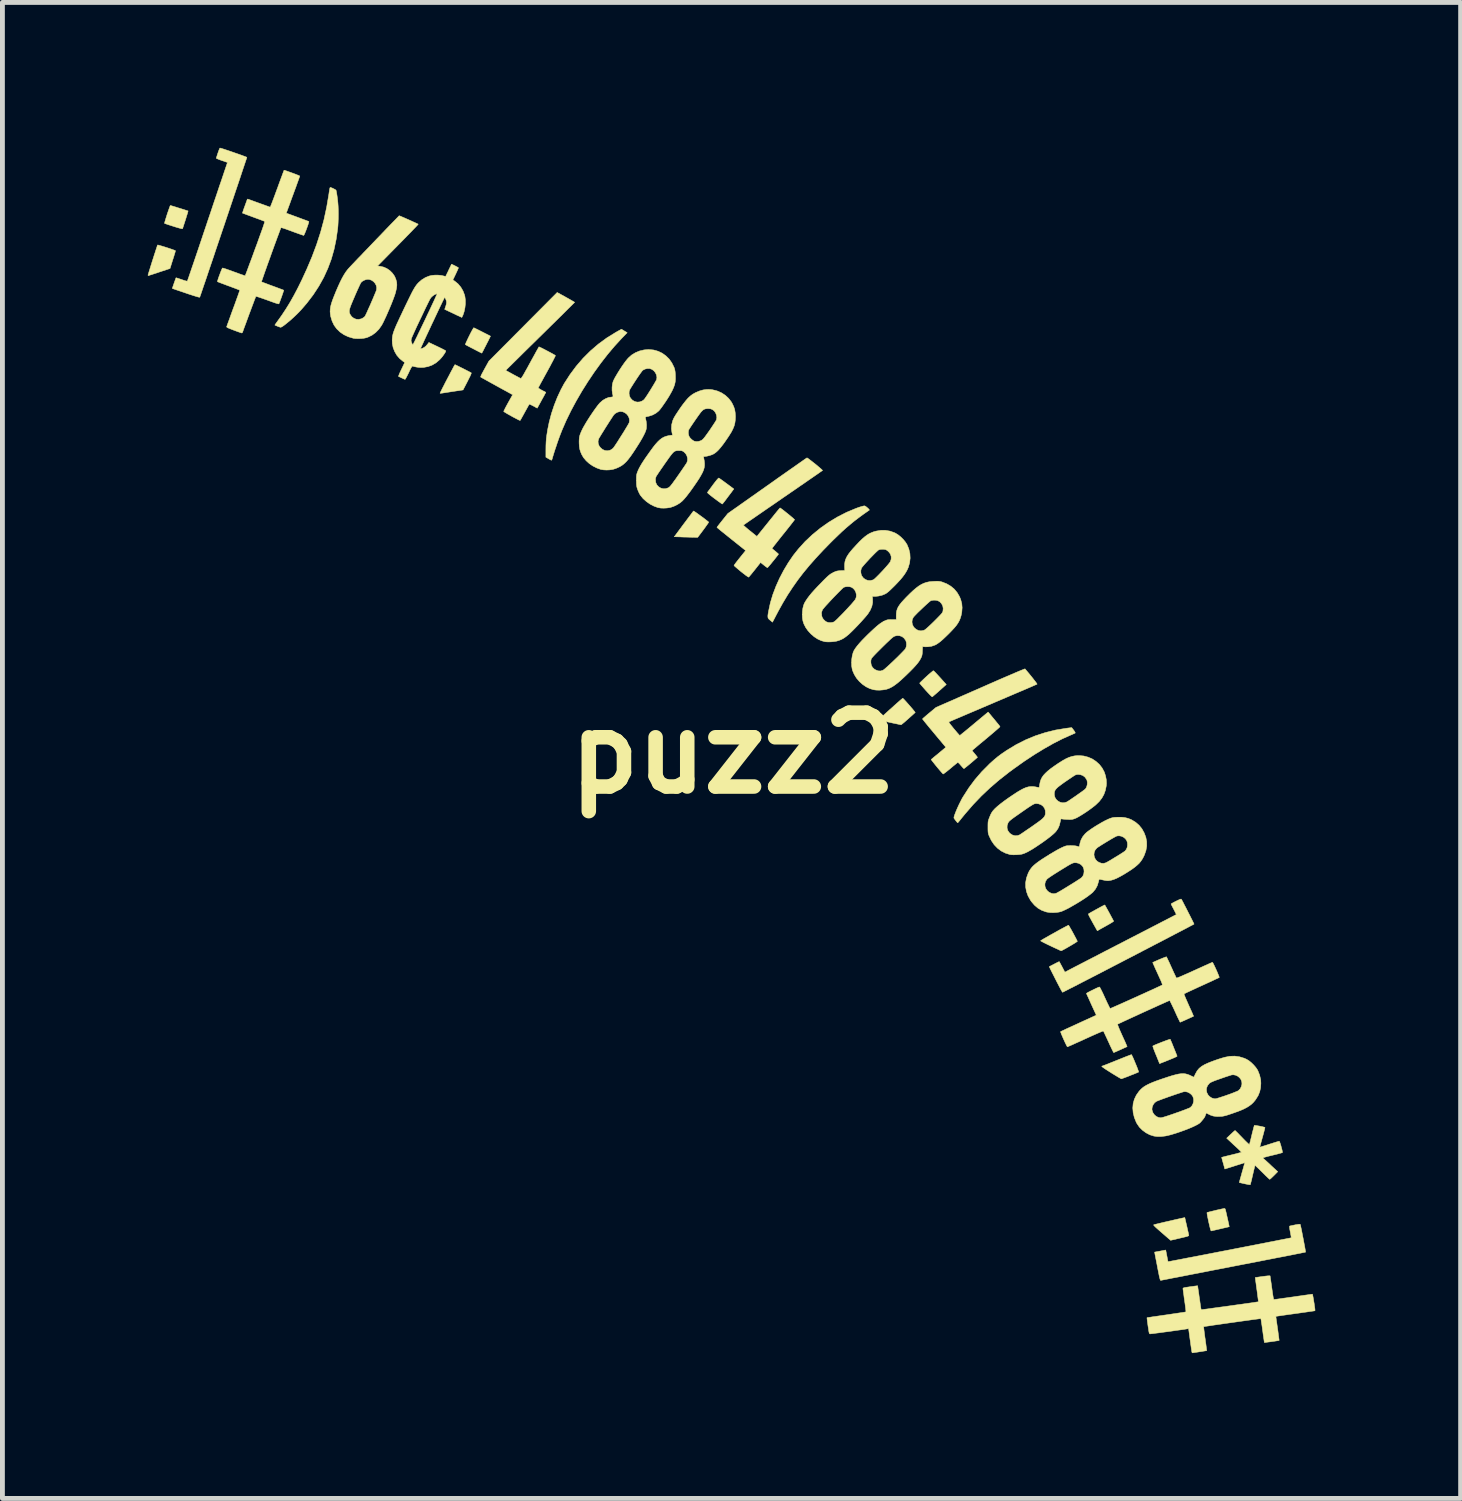
<source format=kicad_pcb>
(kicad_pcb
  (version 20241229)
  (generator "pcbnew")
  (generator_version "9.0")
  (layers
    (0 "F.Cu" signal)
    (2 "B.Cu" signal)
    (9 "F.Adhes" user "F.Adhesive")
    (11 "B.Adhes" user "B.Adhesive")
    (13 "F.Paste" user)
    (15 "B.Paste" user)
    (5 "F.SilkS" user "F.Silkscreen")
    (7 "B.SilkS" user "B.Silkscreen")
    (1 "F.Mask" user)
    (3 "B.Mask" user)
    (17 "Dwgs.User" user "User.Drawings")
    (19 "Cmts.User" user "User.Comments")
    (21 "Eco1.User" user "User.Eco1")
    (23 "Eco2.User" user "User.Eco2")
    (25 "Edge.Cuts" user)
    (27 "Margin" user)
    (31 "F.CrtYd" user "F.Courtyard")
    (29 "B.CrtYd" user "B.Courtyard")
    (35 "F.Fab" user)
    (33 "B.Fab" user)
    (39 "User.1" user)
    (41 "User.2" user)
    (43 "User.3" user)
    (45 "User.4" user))
  (footprint "puzz2"
    (layer "F.Cu")
    (at 12.078 12.494)
    (property "Reference" "puzz2" (at 0 0 0) (layer "F.SilkS") (effects (font (size 1.524 1.524) (thickness 0.3))))
    (attr through_hole)
    (fp_poly (pts (xy -0.807 -4.994) (xy -0.788 -4.982) (xy -0.76 -4.963) (xy -0.726 -4.939) (xy -0.688 -4.911) (xy -0.648 -4.882) (xy -0.608 -4.853) (xy -0.572 -4.825) (xy -0.541 -4.801) (xy -0.517 -4.782) (xy -0.503 -4.77) (xy -0.501 -4.767) (xy -0.505 -4.758) (xy -0.518 -4.738) (xy -0.539 -4.709) (xy -0.565 -4.672) (xy -0.596 -4.629) (xy -0.613 -4.606) (xy -0.728 -4.453) (xy -0.836 -4.455) (xy -0.886 -4.456) (xy -0.946 -4.458) (xy -1.009 -4.459) (xy -1.068 -4.461) (xy -1.078 -4.462) (xy -1.211 -4.466) (xy -1.016 -4.729) (xy -0.972 -4.787) (xy -0.932 -4.841) (xy -0.895 -4.89) (xy -0.864 -4.931) (xy -0.84 -4.964) (xy -0.823 -4.986) (xy -0.815 -4.996) (xy -0.814 -4.997) (xy -0.807 -4.994)) (stroke (width 0.01) (type solid)) (fill yes) (layer "F.SilkS"))
    (fp_poly (pts (xy 4.14 -1.698) (xy 4.149 -1.692) (xy 4.163 -1.678) (xy 4.183 -1.658) (xy 4.21 -1.629) (xy 4.245 -1.591) (xy 4.289 -1.543) (xy 4.342 -1.484) (xy 4.375 -1.447) (xy 4.403 -1.416) (xy 4.262 -1.29) (xy 4.221 -1.253) (xy 4.184 -1.221) (xy 4.152 -1.194) (xy 4.129 -1.174) (xy 4.115 -1.163) (xy 4.112 -1.162) (xy 4.104 -1.167) (xy 4.086 -1.183) (xy 4.06 -1.209) (xy 4.029 -1.242) (xy 3.994 -1.28) (xy 3.979 -1.296) (xy 3.943 -1.337) (xy 3.911 -1.374) (xy 3.884 -1.405) (xy 3.865 -1.428) (xy 3.855 -1.441) (xy 3.854 -1.443) (xy 3.859 -1.451) (xy 3.875 -1.468) (xy 3.9 -1.492) (xy 3.93 -1.521) (xy 3.965 -1.554) (xy 4.001 -1.587) (xy 4.037 -1.62) (xy 4.071 -1.649) (xy 4.1 -1.673) (xy 4.121 -1.691) (xy 4.134 -1.7) (xy 4.135 -1.7) (xy 4.14 -1.698)) (stroke (width 0.01) (type solid)) (fill yes) (layer "F.SilkS"))
    (fp_poly (pts (xy -0.282 -5.672) (xy -0.261 -5.657) (xy -0.23 -5.635) (xy -0.192 -5.608) (xy -0.149 -5.576) (xy -0.131 -5.563) (xy 0.018 -5.452) (xy -0.002 -5.425) (xy -0.014 -5.409) (xy -0.033 -5.383) (xy -0.059 -5.349) (xy -0.089 -5.309) (xy -0.118 -5.271) (xy -0.148 -5.23) (xy -0.175 -5.195) (xy -0.197 -5.167) (xy -0.212 -5.149) (xy -0.219 -5.141) (xy -0.219 -5.141) (xy -0.227 -5.145) (xy -0.247 -5.158) (xy -0.276 -5.179) (xy -0.313 -5.205) (xy -0.355 -5.237) (xy -0.379 -5.254) (xy -0.431 -5.294) (xy -0.473 -5.327) (xy -0.504 -5.353) (xy -0.522 -5.37) (xy -0.527 -5.379) (xy -0.527 -5.379) (xy -0.521 -5.389) (xy -0.506 -5.41) (xy -0.483 -5.44) (xy -0.456 -5.477) (xy -0.424 -5.52) (xy -0.413 -5.536) (xy -0.371 -5.591) (xy -0.338 -5.633) (xy -0.313 -5.661) (xy -0.298 -5.676) (xy -0.292 -5.678) (xy -0.282 -5.672)) (stroke (width 0.01) (type solid)) (fill yes) (layer "F.SilkS"))
    (fp_poly (pts (xy 9.025 5.906) (xy 9.029 5.915) (xy 9.038 5.936) (xy 9.053 5.969) (xy 9.072 6.016) (xy 9.096 6.077) (xy 9.127 6.153) (xy 9.163 6.244) (xy 9.167 6.254) (xy 9.164 6.258) (xy 9.154 6.265) (xy 9.134 6.274) (xy 9.105 6.288) (xy 9.064 6.305) (xy 9.011 6.327) (xy 8.944 6.354) (xy 8.863 6.386) (xy 8.845 6.393) (xy 8.805 6.409) (xy 8.798 6.39) (xy 8.792 6.377) (xy 8.782 6.35) (xy 8.767 6.314) (xy 8.749 6.269) (xy 8.729 6.22) (xy 8.725 6.212) (xy 8.706 6.164) (xy 8.689 6.12) (xy 8.676 6.085) (xy 8.668 6.059) (xy 8.665 6.047) (xy 8.665 6.046) (xy 8.675 6.04) (xy 8.697 6.029) (xy 8.729 6.015) (xy 8.769 5.999) (xy 8.814 5.981) (xy 8.86 5.963) (xy 8.905 5.946) (xy 8.947 5.93) (xy 8.982 5.918) (xy 9.008 5.91) (xy 9.023 5.906) (xy 9.025 5.906)) (stroke (width 0.01) (type solid)) (fill yes) (layer "F.SilkS"))
    (fp_poly (pts (xy -11.866 -10.487) (xy -11.844 -10.481) (xy -11.811 -10.472) (xy -11.771 -10.46) (xy -11.725 -10.446) (xy -11.678 -10.431) (xy -11.632 -10.416) (xy -11.589 -10.401) (xy -11.552 -10.388) (xy -11.525 -10.378) (xy -11.509 -10.371) (xy -11.506 -10.368) (xy -11.509 -10.358) (xy -11.515 -10.334) (xy -11.526 -10.299) (xy -11.539 -10.255) (xy -11.555 -10.205) (xy -11.563 -10.181) (xy -11.619 -10.002) (xy -11.84 -9.929) (xy -11.898 -9.909) (xy -11.951 -9.892) (xy -11.996 -9.877) (xy -12.032 -9.866) (xy -12.057 -9.858) (xy -12.067 -9.855) (xy -12.067 -9.855) (xy -12.073 -9.862) (xy -12.073 -9.864) (xy -12.071 -9.874) (xy -12.064 -9.898) (xy -12.053 -9.934) (xy -12.039 -9.979) (xy -12.023 -10.031) (xy -12.005 -10.089) (xy -11.986 -10.15) (xy -11.966 -10.211) (xy -11.947 -10.272) (xy -11.928 -10.329) (xy -11.912 -10.38) (xy -11.897 -10.424) (xy -11.886 -10.458) (xy -11.879 -10.48) (xy -11.875 -10.488) (xy -11.866 -10.487)) (stroke (width 0.01) (type solid)) (fill yes) (layer "F.SilkS"))
    (fp_poly (pts (xy 7.681 3.144) (xy 7.694 3.167) (xy 7.711 3.198) (xy 7.733 3.237) (xy 7.756 3.279) (xy 7.78 3.323) (xy 7.802 3.365) (xy 7.823 3.403) (xy 7.84 3.435) (xy 7.852 3.458) (xy 7.857 3.469) (xy 7.857 3.47) (xy 7.85 3.476) (xy 7.83 3.49) (xy 7.801 3.508) (xy 7.764 3.53) (xy 7.728 3.55) (xy 7.682 3.576) (xy 7.639 3.6) (xy 7.601 3.621) (xy 7.572 3.637) (xy 7.559 3.645) (xy 7.52 3.667) (xy 7.478 3.592) (xy 7.438 3.521) (xy 7.406 3.463) (xy 7.381 3.417) (xy 7.362 3.382) (xy 7.349 3.356) (xy 7.341 3.338) (xy 7.337 3.327) (xy 7.337 3.321) (xy 7.337 3.319) (xy 7.347 3.312) (xy 7.369 3.299) (xy 7.4 3.281) (xy 7.438 3.26) (xy 7.479 3.237) (xy 7.523 3.213) (xy 7.565 3.19) (xy 7.603 3.169) (xy 7.636 3.152) (xy 7.66 3.14) (xy 7.672 3.134) (xy 7.674 3.134) (xy 7.681 3.144)) (stroke (width 0.01) (type solid)) (fill yes) (layer "F.SilkS"))
    (fp_poly (pts (xy -5.729 -8.014) (xy -5.708 -8.004) (xy -5.676 -7.989) (xy -5.638 -7.97) (xy -5.596 -7.949) (xy -5.552 -7.927) (xy -5.509 -7.905) (xy -5.47 -7.885) (xy -5.437 -7.868) (xy -5.413 -7.855) (xy -5.403 -7.85) (xy -5.401 -7.844) (xy -5.404 -7.831) (xy -5.412 -7.81) (xy -5.426 -7.778) (xy -5.448 -7.735) (xy -5.476 -7.679) (xy -5.481 -7.669) (xy -5.571 -7.496) (xy -5.802 -7.461) (xy -5.872 -7.45) (xy -5.927 -7.441) (xy -5.969 -7.435) (xy -6 -7.43) (xy -6.021 -7.428) (xy -6.034 -7.426) (xy -6.041 -7.426) (xy -6.044 -7.427) (xy -6.045 -7.429) (xy -6.045 -7.429) (xy -6.041 -7.439) (xy -6.031 -7.461) (xy -6.014 -7.495) (xy -5.993 -7.537) (xy -5.968 -7.585) (xy -5.941 -7.639) (xy -5.911 -7.696) (xy -5.881 -7.753) (xy -5.851 -7.81) (xy -5.823 -7.864) (xy -5.797 -7.912) (xy -5.775 -7.954) (xy -5.757 -7.987) (xy -5.744 -8.009) (xy -5.738 -8.018) (xy -5.738 -8.018) (xy -5.729 -8.014)) (stroke (width 0.01) (type solid)) (fill yes) (layer "F.SilkS"))
    (fp_poly (pts (xy 9.326 9.586) (xy 9.328 9.595) (xy 9.333 9.617) (xy 9.341 9.651) (xy 9.35 9.691) (xy 9.361 9.737) (xy 9.372 9.785) (xy 9.382 9.832) (xy 9.392 9.875) (xy 9.4 9.911) (xy 9.405 9.937) (xy 9.408 9.951) (xy 9.408 9.952) (xy 9.408 9.957) (xy 9.403 9.963) (xy 9.392 9.968) (xy 9.372 9.975) (xy 9.343 9.983) (xy 9.302 9.993) (xy 9.247 10.006) (xy 9.222 10.012) (xy 9.033 10.056) (xy 8.851 9.898) (xy 8.797 9.851) (xy 8.754 9.813) (xy 8.723 9.785) (xy 8.701 9.763) (xy 8.688 9.749) (xy 8.683 9.74) (xy 8.684 9.735) (xy 8.685 9.735) (xy 8.696 9.731) (xy 8.721 9.725) (xy 8.758 9.716) (xy 8.804 9.705) (xy 8.858 9.692) (xy 8.917 9.678) (xy 8.979 9.664) (xy 9.042 9.65) (xy 9.104 9.635) (xy 9.162 9.622) (xy 9.215 9.61) (xy 9.259 9.6) (xy 9.294 9.593) (xy 9.317 9.588) (xy 9.326 9.586) (xy 9.326 9.586)) (stroke (width 0.01) (type solid)) (fill yes) (layer "F.SilkS"))
    (fp_poly (pts (xy -11.602 -11.301) (xy -11.579 -11.294) (xy -11.545 -11.284) (xy -11.505 -11.272) (xy -11.459 -11.257) (xy -11.412 -11.243) (xy -11.365 -11.228) (xy -11.323 -11.215) (xy -11.287 -11.203) (xy -11.261 -11.195) (xy -11.247 -11.19) (xy -11.246 -11.189) (xy -11.248 -11.181) (xy -11.254 -11.159) (xy -11.263 -11.127) (xy -11.276 -11.088) (xy -11.289 -11.043) (xy -11.304 -10.996) (xy -11.319 -10.95) (xy -11.333 -10.907) (xy -11.345 -10.87) (xy -11.354 -10.842) (xy -11.36 -10.826) (xy -11.361 -10.824) (xy -11.371 -10.823) (xy -11.397 -10.828) (xy -11.437 -10.839) (xy -11.493 -10.855) (xy -11.547 -10.872) (xy -11.6 -10.889) (xy -11.647 -10.904) (xy -11.685 -10.917) (xy -11.714 -10.927) (xy -11.73 -10.932) (xy -11.732 -10.933) (xy -11.731 -10.943) (xy -11.726 -10.965) (xy -11.716 -10.998) (xy -11.704 -11.038) (xy -11.69 -11.083) (xy -11.675 -11.131) (xy -11.659 -11.177) (xy -11.644 -11.22) (xy -11.631 -11.257) (xy -11.621 -11.284) (xy -11.614 -11.3) (xy -11.611 -11.303) (xy -11.602 -11.301)) (stroke (width 0.01) (type solid)) (fill yes) (layer "F.SilkS"))
    (fp_poly (pts (xy 10.157 9.405) (xy 10.163 9.418) (xy 10.171 9.45) (xy 10.181 9.491) (xy 10.191 9.536) (xy 10.202 9.585) (xy 10.213 9.633) (xy 10.223 9.679) (xy 10.232 9.718) (xy 10.238 9.749) (xy 10.242 9.769) (xy 10.243 9.775) (xy 10.234 9.777) (xy 10.212 9.783) (xy 10.177 9.791) (xy 10.134 9.801) (xy 10.084 9.813) (xy 10.067 9.817) (xy 10.014 9.829) (xy 9.967 9.84) (xy 9.927 9.849) (xy 9.897 9.856) (xy 9.881 9.86) (xy 9.879 9.861) (xy 9.868 9.859) (xy 9.86 9.845) (xy 9.856 9.832) (xy 9.844 9.785) (xy 9.832 9.734) (xy 9.82 9.682) (xy 9.809 9.63) (xy 9.799 9.582) (xy 9.791 9.541) (xy 9.786 9.509) (xy 9.784 9.489) (xy 9.784 9.483) (xy 9.794 9.479) (xy 9.818 9.473) (xy 9.852 9.464) (xy 9.893 9.454) (xy 9.939 9.443) (xy 9.987 9.431) (xy 10.034 9.421) (xy 10.076 9.411) (xy 10.111 9.404) (xy 10.135 9.399) (xy 10.146 9.398) (xy 10.157 9.405)) (stroke (width 0.01) (type solid)) (fill yes) (layer "F.SilkS"))
    (fp_poly (pts (xy -5.341 -8.776) (xy -5.32 -8.766) (xy -5.289 -8.751) (xy -5.251 -8.732) (xy -5.209 -8.711) (xy -5.164 -8.688) (xy -5.121 -8.666) (xy -5.081 -8.646) (xy -5.046 -8.628) (xy -5.021 -8.615) (xy -5.007 -8.607) (xy -5.005 -8.606) (xy -5.008 -8.598) (xy -5.018 -8.578) (xy -5.033 -8.548) (xy -5.051 -8.511) (xy -5.073 -8.469) (xy -5.095 -8.425) (xy -5.118 -8.381) (xy -5.139 -8.34) (xy -5.157 -8.304) (xy -5.172 -8.276) (xy -5.182 -8.259) (xy -5.184 -8.255) (xy -5.192 -8.259) (xy -5.212 -8.269) (xy -5.244 -8.285) (xy -5.283 -8.305) (xy -5.329 -8.329) (xy -5.35 -8.34) (xy -5.399 -8.365) (xy -5.443 -8.388) (xy -5.479 -8.407) (xy -5.506 -8.422) (xy -5.521 -8.43) (xy -5.523 -8.432) (xy -5.521 -8.441) (xy -5.513 -8.463) (xy -5.499 -8.494) (xy -5.481 -8.532) (xy -5.461 -8.575) (xy -5.439 -8.619) (xy -5.417 -8.663) (xy -5.396 -8.703) (xy -5.377 -8.738) (xy -5.362 -8.763) (xy -5.352 -8.778) (xy -5.349 -8.78) (xy -5.341 -8.776)) (stroke (width 0.01) (type solid)) (fill yes) (layer "F.SilkS"))
    (fp_poly (pts (xy 3.514 -1.125) (xy 3.532 -1.107) (xy 3.556 -1.081) (xy 3.585 -1.049) (xy 3.617 -1.013) (xy 3.649 -0.976) (xy 3.681 -0.939) (xy 3.71 -0.905) (xy 3.734 -0.876) (xy 3.752 -0.853) (xy 3.761 -0.84) (xy 3.762 -0.838) (xy 3.754 -0.831) (xy 3.735 -0.814) (xy 3.708 -0.789) (xy 3.673 -0.758) (xy 3.634 -0.723) (xy 3.617 -0.708) (xy 3.576 -0.672) (xy 3.54 -0.64) (xy 3.508 -0.614) (xy 3.485 -0.595) (xy 3.471 -0.586) (xy 3.469 -0.585) (xy 3.458 -0.587) (xy 3.433 -0.592) (xy 3.396 -0.6) (xy 3.349 -0.61) (xy 3.295 -0.621) (xy 3.236 -0.634) (xy 3.177 -0.647) (xy 3.124 -0.659) (xy 3.08 -0.67) (xy 3.045 -0.679) (xy 3.022 -0.686) (xy 3.014 -0.69) (xy 3.014 -0.69) (xy 3.021 -0.698) (xy 3.038 -0.715) (xy 3.064 -0.74) (xy 3.099 -0.772) (xy 3.139 -0.809) (xy 3.183 -0.849) (xy 3.23 -0.892) (xy 3.279 -0.935) (xy 3.326 -0.978) (xy 3.371 -1.018) (xy 3.413 -1.055) (xy 3.448 -1.086) (xy 3.477 -1.11) (xy 3.496 -1.126) (xy 3.505 -1.133) (xy 3.505 -1.133) (xy 3.514 -1.125)) (stroke (width 0.01) (type solid)) (fill yes) (layer "F.SilkS"))
    (fp_poly (pts (xy 6.927 3.552) (xy 6.933 3.561) (xy 6.946 3.582) (xy 6.963 3.613) (xy 6.985 3.65) (xy 7.008 3.692) (xy 7.032 3.736) (xy 7.054 3.778) (xy 7.075 3.817) (xy 7.092 3.85) (xy 7.103 3.873) (xy 7.108 3.884) (xy 7.108 3.885) (xy 7.101 3.891) (xy 7.082 3.904) (xy 7.053 3.923) (xy 7.016 3.945) (xy 6.976 3.969) (xy 6.933 3.994) (xy 6.89 4.019) (xy 6.851 4.041) (xy 6.817 4.059) (xy 6.791 4.073) (xy 6.776 4.08) (xy 6.773 4.08) (xy 6.765 4.077) (xy 6.743 4.067) (xy 6.71 4.051) (xy 6.668 4.032) (xy 6.618 4.009) (xy 6.563 3.983) (xy 6.557 3.98) (xy 6.502 3.954) (xy 6.453 3.93) (xy 6.411 3.909) (xy 6.379 3.892) (xy 6.357 3.88) (xy 6.35 3.873) (xy 6.35 3.873) (xy 6.358 3.867) (xy 6.379 3.854) (xy 6.41 3.835) (xy 6.451 3.812) (xy 6.499 3.785) (xy 6.551 3.755) (xy 6.607 3.724) (xy 6.664 3.692) (xy 6.719 3.661) (xy 6.772 3.632) (xy 6.821 3.606) (xy 6.862 3.584) (xy 6.895 3.567) (xy 6.917 3.556) (xy 6.926 3.552) (xy 6.927 3.552)) (stroke (width 0.01) (type solid)) (fill yes) (layer "F.SilkS"))
    (fp_poly (pts (xy 8.23 6.23) (xy 8.24 6.251) (xy 8.255 6.282) (xy 8.272 6.32) (xy 8.29 6.364) (xy 8.309 6.41) (xy 8.328 6.455) (xy 8.345 6.498) (xy 8.358 6.534) (xy 8.368 6.562) (xy 8.373 6.578) (xy 8.373 6.582) (xy 8.363 6.587) (xy 8.341 6.597) (xy 8.308 6.61) (xy 8.268 6.627) (xy 8.223 6.644) (xy 8.177 6.663) (xy 8.131 6.681) (xy 8.09 6.696) (xy 8.055 6.709) (xy 8.031 6.718) (xy 8.018 6.722) (xy 8.017 6.722) (xy 8.007 6.718) (xy 7.985 6.706) (xy 7.952 6.687) (xy 7.911 6.662) (xy 7.863 6.633) (xy 7.811 6.601) (xy 7.808 6.599) (xy 7.745 6.559) (xy 7.695 6.527) (xy 7.658 6.502) (xy 7.633 6.484) (xy 7.618 6.472) (xy 7.612 6.464) (xy 7.615 6.46) (xy 7.619 6.46) (xy 7.628 6.457) (xy 7.652 6.448) (xy 7.687 6.435) (xy 7.733 6.417) (xy 7.787 6.395) (xy 7.848 6.371) (xy 7.914 6.344) (xy 7.92 6.342) (xy 7.987 6.315) (xy 8.049 6.29) (xy 8.104 6.268) (xy 8.151 6.25) (xy 8.188 6.236) (xy 8.213 6.227) (xy 8.224 6.223) (xy 8.225 6.223) (xy 8.23 6.23)) (stroke (width 0.01) (type solid)) (fill yes) (layer "F.SilkS"))
    (fp_poly (pts (xy -2.274 -8.733) (xy -2.25 -8.718) (xy -2.221 -8.701) (xy -2.216 -8.698) (xy -2.183 -8.678) (xy -2.303 -8.554) (xy -2.445 -8.399) (xy -2.586 -8.232) (xy -2.726 -8.052) (xy -2.862 -7.864) (xy -2.994 -7.668) (xy -3.119 -7.469) (xy -3.236 -7.267) (xy -3.344 -7.066) (xy -3.441 -6.867) (xy -3.525 -6.674) (xy -3.558 -6.591) (xy -3.579 -6.535) (xy -3.602 -6.472) (xy -3.626 -6.404) (xy -3.649 -6.334) (xy -3.672 -6.267) (xy -3.692 -6.204) (xy -3.709 -6.149) (xy -3.722 -6.106) (xy -3.726 -6.09) (xy -3.734 -6.065) (xy -3.741 -6.049) (xy -3.746 -6.045) (xy -3.757 -6.049) (xy -3.779 -6.06) (xy -3.805 -6.075) (xy -3.808 -6.077) (xy -3.861 -6.108) (xy -3.861 -6.261) (xy -3.86 -6.345) (xy -3.857 -6.419) (xy -3.852 -6.488) (xy -3.843 -6.559) (xy -3.831 -6.637) (xy -3.827 -6.665) (xy -3.792 -6.836) (xy -3.746 -7.009) (xy -3.689 -7.18) (xy -3.624 -7.345) (xy -3.551 -7.501) (xy -3.484 -7.626) (xy -3.365 -7.811) (xy -3.235 -7.986) (xy -3.093 -8.151) (xy -2.94 -8.303) (xy -2.777 -8.443) (xy -2.605 -8.569) (xy -2.424 -8.681) (xy -2.375 -8.709) (xy -2.301 -8.749) (xy -2.274 -8.733)) (stroke (width 0.01) (type solid)) (fill yes) (layer "F.SilkS"))
    (fp_poly (pts (xy 2.72 -5.102) (xy 2.736 -5.094) (xy 2.759 -5.077) (xy 2.781 -5.058) (xy 2.803 -5.037) (xy 2.813 -5.024) (xy 2.814 -5.016) (xy 2.809 -5.011) (xy 2.797 -5.004) (xy 2.775 -4.988) (xy 2.744 -4.967) (xy 2.708 -4.941) (xy 2.686 -4.926) (xy 2.595 -4.859) (xy 2.507 -4.792) (xy 2.423 -4.723) (xy 2.338 -4.651) (xy 2.251 -4.573) (xy 2.16 -4.486) (xy 2.061 -4.39) (xy 2.011 -4.34) (xy 1.852 -4.177) (xy 1.707 -4.021) (xy 1.573 -3.869) (xy 1.45 -3.72) (xy 1.336 -3.571) (xy 1.23 -3.42) (xy 1.129 -3.266) (xy 1.033 -3.106) (xy 0.94 -2.939) (xy 0.892 -2.848) (xy 0.816 -2.702) (xy 0.768 -2.742) (xy 0.748 -2.759) (xy 0.733 -2.775) (xy 0.724 -2.792) (xy 0.721 -2.813) (xy 0.721 -2.841) (xy 0.726 -2.879) (xy 0.735 -2.931) (xy 0.737 -2.939) (xy 0.772 -3.102) (xy 0.822 -3.27) (xy 0.886 -3.439) (xy 0.961 -3.607) (xy 1.048 -3.773) (xy 1.144 -3.933) (xy 1.248 -4.085) (xy 1.35 -4.213) (xy 1.489 -4.367) (xy 1.642 -4.511) (xy 1.805 -4.644) (xy 1.978 -4.766) (xy 2.159 -4.875) (xy 2.345 -4.97) (xy 2.536 -5.05) (xy 2.599 -5.073) (xy 2.648 -5.088) (xy 2.687 -5.099) (xy 2.712 -5.103) (xy 2.72 -5.102)) (stroke (width 0.01) (type solid)) (fill yes) (layer "F.SilkS"))
    (fp_poly (pts (xy 7.032 -0.474) (xy 7.05 -0.449) (xy 7.061 -0.428) (xy 7.065 -0.416) (xy 7.064 -0.415) (xy 7.054 -0.409) (xy 7.031 -0.399) (xy 7.001 -0.385) (xy 6.981 -0.377) (xy 6.8 -0.296) (xy 6.612 -0.2) (xy 6.418 -0.09) (xy 6.217 0.033) (xy 6.011 0.169) (xy 5.8 0.319) (xy 5.698 0.394) (xy 5.493 0.555) (xy 5.302 0.719) (xy 5.124 0.888) (xy 4.955 1.065) (xy 4.793 1.252) (xy 4.716 1.346) (xy 4.69 1.379) (xy 4.667 1.407) (xy 4.65 1.427) (xy 4.641 1.437) (xy 4.64 1.438) (xy 4.632 1.433) (xy 4.618 1.417) (xy 4.6 1.395) (xy 4.582 1.371) (xy 4.568 1.351) (xy 4.561 1.34) (xy 4.561 1.327) (xy 4.567 1.3) (xy 4.58 1.263) (xy 4.597 1.218) (xy 4.618 1.167) (xy 4.642 1.113) (xy 4.668 1.057) (xy 4.695 1.003) (xy 4.721 0.951) (xy 4.747 0.906) (xy 4.751 0.9) (xy 4.869 0.716) (xy 4.996 0.545) (xy 5.134 0.385) (xy 5.285 0.233) (xy 5.304 0.214) (xy 5.388 0.139) (xy 5.467 0.073) (xy 5.549 0.012) (xy 5.64 -0.05) (xy 5.647 -0.055) (xy 5.84 -0.172) (xy 6.037 -0.272) (xy 6.239 -0.356) (xy 6.447 -0.424) (xy 6.661 -0.477) (xy 6.881 -0.513) (xy 6.944 -0.521) (xy 6.992 -0.526) (xy 7.032 -0.474)) (stroke (width 0.01) (type solid)) (fill yes) (layer "F.SilkS"))
    (fp_poly (pts (xy -8.297 -11.672) (xy -8.272 -11.663) (xy -8.245 -11.65) (xy -8.219 -11.637) (xy -8.2 -11.625) (xy -8.192 -11.618) (xy -8.187 -11.595) (xy -8.18 -11.56) (xy -8.173 -11.515) (xy -8.166 -11.466) (xy -8.16 -11.416) (xy -8.155 -11.369) (xy -8.154 -11.358) (xy -8.149 -11.291) (xy -8.146 -11.212) (xy -8.145 -11.127) (xy -8.146 -11.04) (xy -8.149 -10.956) (xy -8.153 -10.881) (xy -8.158 -10.829) (xy -8.189 -10.608) (xy -8.233 -10.397) (xy -8.29 -10.196) (xy -8.362 -10.003) (xy -8.447 -9.817) (xy -8.548 -9.636) (xy -8.663 -9.46) (xy -8.795 -9.287) (xy -8.907 -9.157) (xy -8.948 -9.113) (xy -8.994 -9.066) (xy -9.043 -9.019) (xy -9.094 -8.972) (xy -9.144 -8.927) (xy -9.193 -8.887) (xy -9.237 -8.851) (xy -9.275 -8.822) (xy -9.307 -8.801) (xy -9.329 -8.79) (xy -9.336 -8.789) (xy -9.352 -8.793) (xy -9.377 -8.801) (xy -9.402 -8.811) (xy -9.428 -8.822) (xy -9.448 -8.831) (xy -9.455 -8.834) (xy -9.451 -8.841) (xy -9.439 -8.859) (xy -9.421 -8.885) (xy -9.401 -8.912) (xy -9.312 -9.037) (xy -9.226 -9.167) (xy -9.142 -9.304) (xy -9.06 -9.449) (xy -8.978 -9.605) (xy -8.895 -9.774) (xy -8.811 -9.957) (xy -8.799 -9.982) (xy -8.689 -10.242) (xy -8.593 -10.498) (xy -8.511 -10.752) (xy -8.442 -11.007) (xy -8.386 -11.267) (xy -8.341 -11.533) (xy -8.331 -11.601) (xy -8.326 -11.634) (xy -8.32 -11.66) (xy -8.315 -11.674) (xy -8.313 -11.676) (xy -8.297 -11.672)) (stroke (width 0.01) (type solid)) (fill yes) (layer "F.SilkS"))
    (fp_poly (pts (xy -10.576 -12.486) (xy -10.551 -12.479) (xy -10.515 -12.468) (xy -10.47 -12.453) (xy -10.419 -12.436) (xy -10.363 -12.417) (xy -10.306 -12.397) (xy -10.248 -12.377) (xy -10.193 -12.358) (xy -10.143 -12.34) (xy -10.1 -12.324) (xy -10.065 -12.311) (xy -10.042 -12.302) (xy -10.033 -12.297) (xy -10.033 -12.297) (xy -10.036 -12.288) (xy -10.043 -12.264) (xy -10.056 -12.226) (xy -10.073 -12.175) (xy -10.094 -12.112) (xy -10.119 -12.038) (xy -10.147 -11.953) (xy -10.178 -11.859) (xy -10.212 -11.758) (xy -10.249 -11.649) (xy -10.288 -11.533) (xy -10.328 -11.413) (xy -10.37 -11.288) (xy -10.413 -11.16) (xy -10.457 -11.03) (xy -10.501 -10.898) (xy -10.546 -10.766) (xy -10.59 -10.635) (xy -10.634 -10.505) (xy -10.677 -10.378) (xy -10.718 -10.254) (xy -10.758 -10.136) (xy -10.797 -10.022) (xy -10.833 -9.915) (xy -10.866 -9.816) (xy -10.897 -9.725) (xy -10.925 -9.644) (xy -10.949 -9.573) (xy -10.969 -9.514) (xy -10.985 -9.467) (xy -10.997 -9.434) (xy -11.003 -9.415) (xy -11.005 -9.41) (xy -11.012 -9.409) (xy -11.03 -9.412) (xy -11.06 -9.42) (xy -11.103 -9.433) (xy -11.16 -9.451) (xy -11.231 -9.474) (xy -11.269 -9.487) (xy -11.333 -9.509) (xy -11.392 -9.529) (xy -11.445 -9.547) (xy -11.49 -9.562) (xy -11.524 -9.574) (xy -11.545 -9.581) (xy -11.55 -9.583) (xy -11.572 -9.592) (xy -11.535 -9.7) (xy -11.521 -9.74) (xy -11.509 -9.773) (xy -11.5 -9.798) (xy -11.495 -9.81) (xy -11.494 -9.811) (xy -11.486 -9.809) (xy -11.464 -9.802) (xy -11.433 -9.792) (xy -11.394 -9.779) (xy -11.38 -9.774) (xy -11.338 -9.76) (xy -11.303 -9.749) (xy -11.277 -9.743) (xy -11.263 -9.741) (xy -11.262 -9.742) (xy -11.258 -9.751) (xy -11.25 -9.775) (xy -11.236 -9.813) (xy -11.219 -9.864) (xy -11.197 -9.927) (xy -11.172 -10.002) (xy -11.143 -10.086) (xy -11.111 -10.18) (xy -11.076 -10.283) (xy -11.039 -10.392) (xy -11 -10.508) (xy -10.959 -10.63) (xy -10.918 -10.753) (xy -10.874 -10.883) (xy -10.831 -11.012) (xy -10.788 -11.138) (xy -10.747 -11.261) (xy -10.708 -11.378) (xy -10.67 -11.489) (xy -10.635 -11.593) (xy -10.604 -11.687) (xy -10.575 -11.771) (xy -10.55 -11.844) (xy -10.53 -11.904) (xy -10.514 -11.951) (xy -10.507 -11.973) (xy -10.433 -12.191) (xy -10.551 -12.231) (xy -10.592 -12.246) (xy -10.626 -12.259) (xy -10.651 -12.271) (xy -10.664 -12.278) (xy -10.665 -12.28) (xy -10.661 -12.292) (xy -10.653 -12.315) (xy -10.643 -12.348) (xy -10.63 -12.387) (xy -10.629 -12.389) (xy -10.616 -12.427) (xy -10.604 -12.458) (xy -10.594 -12.48) (xy -10.588 -12.489) (xy -10.588 -12.489) (xy -10.576 -12.486)) (stroke (width 0.01) (type solid)) (fill yes) (layer "F.SilkS"))
    (fp_poly (pts (xy 11.708 9.727) (xy 11.712 9.737) (xy 11.717 9.762) (xy 11.725 9.798) (xy 11.735 9.844) (xy 11.745 9.896) (xy 11.756 9.954) (xy 11.768 10.013) (xy 11.779 10.073) (xy 11.79 10.13) (xy 11.8 10.183) (xy 11.808 10.228) (xy 11.814 10.264) (xy 11.818 10.289) (xy 11.819 10.299) (xy 11.819 10.299) (xy 11.81 10.301) (xy 11.786 10.306) (xy 11.746 10.314) (xy 11.693 10.325) (xy 11.626 10.338) (xy 11.547 10.354) (xy 11.456 10.372) (xy 11.355 10.392) (xy 11.243 10.413) (xy 11.122 10.437) (xy 10.993 10.462) (xy 10.857 10.489) (xy 10.714 10.517) (xy 10.565 10.545) (xy 10.412 10.575) (xy 10.329 10.591) (xy 10.173 10.622) (xy 10.021 10.651) (xy 9.875 10.679) (xy 9.734 10.707) (xy 9.601 10.733) (xy 9.475 10.757) (xy 9.358 10.78) (xy 9.251 10.801) (xy 9.153 10.82) (xy 9.067 10.836) (xy 8.993 10.851) (xy 8.931 10.863) (xy 8.884 10.872) (xy 8.85 10.879) (xy 8.832 10.882) (xy 8.829 10.883) (xy 8.825 10.882) (xy 8.821 10.876) (xy 8.816 10.863) (xy 8.81 10.842) (xy 8.802 10.811) (xy 8.793 10.768) (xy 8.782 10.712) (xy 8.768 10.642) (xy 8.764 10.623) (xy 8.752 10.557) (xy 8.74 10.495) (xy 8.729 10.439) (xy 8.72 10.392) (xy 8.713 10.357) (xy 8.709 10.334) (xy 8.708 10.329) (xy 8.703 10.299) (xy 8.817 10.278) (xy 8.932 10.256) (xy 8.94 10.295) (xy 8.945 10.321) (xy 8.952 10.357) (xy 8.96 10.398) (xy 8.963 10.414) (xy 8.969 10.449) (xy 8.975 10.476) (xy 8.978 10.493) (xy 8.979 10.497) (xy 8.988 10.495) (xy 9.011 10.491) (xy 9.05 10.484) (xy 9.101 10.474) (xy 9.165 10.462) (xy 9.24 10.448) (xy 9.325 10.431) (xy 9.419 10.413) (xy 9.521 10.394) (xy 9.629 10.373) (xy 9.743 10.351) (xy 9.862 10.328) (xy 9.984 10.304) (xy 10.108 10.28) (xy 10.234 10.256) (xy 10.36 10.231) (xy 10.485 10.207) (xy 10.607 10.183) (xy 10.727 10.16) (xy 10.843 10.137) (xy 10.953 10.116) (xy 11.056 10.095) (xy 11.152 10.077) (xy 11.24 10.059) (xy 11.317 10.044) (xy 11.384 10.031) (xy 11.439 10.02) (xy 11.481 10.012) (xy 11.509 10.006) (xy 11.521 10.003) (xy 11.522 10.003) (xy 11.522 9.994) (xy 11.519 9.971) (xy 11.513 9.939) (xy 11.506 9.898) (xy 11.503 9.884) (xy 11.493 9.831) (xy 11.488 9.793) (xy 11.487 9.77) (xy 11.489 9.762) (xy 11.5 9.759) (xy 11.525 9.753) (xy 11.558 9.746) (xy 11.598 9.738) (xy 11.6 9.737) (xy 11.649 9.729) (xy 11.682 9.724) (xy 11.702 9.724) (xy 11.708 9.727)) (stroke (width 0.01) (type solid)) (fill yes) (layer "F.SilkS"))
    (fp_poly (pts (xy 9.255 3.016) (xy 9.263 3.029) (xy 9.277 3.055) (xy 9.296 3.091) (xy 9.318 3.135) (xy 9.344 3.184) (xy 9.371 3.237) (xy 9.398 3.291) (xy 9.426 3.345) (xy 9.451 3.395) (xy 9.474 3.44) (xy 9.493 3.479) (xy 9.507 3.507) (xy 9.515 3.525) (xy 9.517 3.529) (xy 9.509 3.533) (xy 9.488 3.545) (xy 9.453 3.563) (xy 9.406 3.588) (xy 9.348 3.619) (xy 9.279 3.655) (xy 9.2 3.696) (xy 9.113 3.741) (xy 9.018 3.791) (xy 8.917 3.844) (xy 8.809 3.9) (xy 8.697 3.958) (xy 8.58 4.019) (xy 8.46 4.081) (xy 8.338 4.145) (xy 8.215 4.209) (xy 8.091 4.273) (xy 7.968 4.337) (xy 7.846 4.4) (xy 7.727 4.462) (xy 7.611 4.522) (xy 7.499 4.58) (xy 7.392 4.635) (xy 7.291 4.687) (xy 7.197 4.735) (xy 7.111 4.78) (xy 7.033 4.82) (xy 6.965 4.854) (xy 6.908 4.884) (xy 6.862 4.907) (xy 6.829 4.924) (xy 6.809 4.934) (xy 6.803 4.936) (xy 6.797 4.93) (xy 6.787 4.913) (xy 6.784 4.909) (xy 6.774 4.891) (xy 6.759 4.863) (xy 6.739 4.825) (xy 6.716 4.781) (xy 6.69 4.731) (xy 6.663 4.678) (xy 6.636 4.625) (xy 6.61 4.573) (xy 6.585 4.524) (xy 6.564 4.482) (xy 6.547 4.447) (xy 6.535 4.422) (xy 6.529 4.409) (xy 6.529 4.408) (xy 6.54 4.401) (xy 6.561 4.39) (xy 6.59 4.375) (xy 6.623 4.358) (xy 6.657 4.34) (xy 6.689 4.324) (xy 6.714 4.312) (xy 6.731 4.304) (xy 6.735 4.303) (xy 6.739 4.311) (xy 6.75 4.331) (xy 6.766 4.361) (xy 6.786 4.397) (xy 6.794 4.413) (xy 6.851 4.521) (xy 6.954 4.467) (xy 6.974 4.456) (xy 7.008 4.439) (xy 7.055 4.414) (xy 7.114 4.384) (xy 7.185 4.347) (xy 7.265 4.306) (xy 7.355 4.259) (xy 7.453 4.209) (xy 7.559 4.154) (xy 7.67 4.096) (xy 7.787 4.036) (xy 7.909 3.973) (xy 8.034 3.909) (xy 8.103 3.873) (xy 8.227 3.809) (xy 8.347 3.747) (xy 8.462 3.688) (xy 8.571 3.632) (xy 8.673 3.579) (xy 8.768 3.53) (xy 8.854 3.485) (xy 8.931 3.446) (xy 8.998 3.411) (xy 9.054 3.382) (xy 9.098 3.359) (xy 9.129 3.343) (xy 9.147 3.334) (xy 9.151 3.332) (xy 9.148 3.324) (xy 9.138 3.304) (xy 9.124 3.275) (xy 9.105 3.238) (xy 9.098 3.224) (xy 9.078 3.186) (xy 9.061 3.153) (xy 9.049 3.128) (xy 9.043 3.114) (xy 9.042 3.113) (xy 9.05 3.107) (xy 9.069 3.096) (xy 9.098 3.08) (xy 9.135 3.061) (xy 9.145 3.056) (xy 9.189 3.035) (xy 9.219 3.021) (xy 9.24 3.014) (xy 9.251 3.013) (xy 9.255 3.016)) (stroke (width 0.01) (type solid)) (fill yes) (layer "F.SilkS"))
    (fp_poly (pts (xy -3.448 -9.409) (xy -3.398 -9.381) (xy -3.354 -9.356) (xy -3.316 -9.334) (xy -3.288 -9.318) (xy -3.272 -9.308) (xy -3.268 -9.305) (xy -3.274 -9.298) (xy -3.291 -9.281) (xy -3.318 -9.254) (xy -3.354 -9.218) (xy -3.399 -9.174) (xy -3.45 -9.123) (xy -3.507 -9.066) (xy -3.57 -9.004) (xy -3.637 -8.938) (xy -3.668 -8.907) (xy -3.749 -8.828) (xy -3.835 -8.743) (xy -3.924 -8.655) (xy -4.015 -8.566) (xy -4.104 -8.478) (xy -4.19 -8.394) (xy -4.27 -8.315) (xy -4.341 -8.245) (xy -4.379 -8.207) (xy -4.69 -7.9) (xy -4.541 -7.818) (xy -4.495 -7.793) (xy -4.453 -7.771) (xy -4.418 -7.752) (xy -4.393 -7.739) (xy -4.379 -7.733) (xy -4.378 -7.733) (xy -4.373 -7.736) (xy -4.364 -7.746) (xy -4.351 -7.765) (xy -4.333 -7.793) (xy -4.31 -7.833) (xy -4.282 -7.884) (xy -4.246 -7.947) (xy -4.204 -8.025) (xy -4.188 -8.054) (xy -4.151 -8.122) (xy -4.116 -8.185) (xy -4.084 -8.243) (xy -4.057 -8.293) (xy -4.034 -8.333) (xy -4.017 -8.363) (xy -4.007 -8.381) (xy -4.005 -8.385) (xy -3.996 -8.383) (xy -3.976 -8.373) (xy -3.945 -8.359) (xy -3.908 -8.34) (xy -3.866 -8.318) (xy -3.822 -8.295) (xy -3.779 -8.272) (xy -3.74 -8.251) (xy -3.706 -8.232) (xy -3.68 -8.217) (xy -3.666 -8.207) (xy -3.664 -8.206) (xy -3.667 -8.197) (xy -3.677 -8.175) (xy -3.694 -8.142) (xy -3.716 -8.098) (xy -3.744 -8.046) (xy -3.775 -7.986) (xy -3.811 -7.921) (xy -3.836 -7.875) (xy -3.874 -7.806) (xy -3.909 -7.742) (xy -3.94 -7.685) (xy -3.968 -7.635) (xy -3.99 -7.593) (xy -4.006 -7.563) (xy -4.016 -7.545) (xy -4.018 -7.54) (xy -4.013 -7.533) (xy -3.995 -7.52) (xy -3.968 -7.503) (xy -3.942 -7.489) (xy -3.862 -7.447) (xy -3.875 -7.421) (xy -3.884 -7.406) (xy -3.898 -7.378) (xy -3.918 -7.342) (xy -3.942 -7.299) (xy -3.964 -7.258) (xy -4.04 -7.12) (xy -4.12 -7.164) (xy -4.153 -7.181) (xy -4.18 -7.194) (xy -4.198 -7.202) (xy -4.203 -7.204) (xy -4.208 -7.196) (xy -4.22 -7.175) (xy -4.237 -7.144) (xy -4.259 -7.104) (xy -4.284 -7.059) (xy -4.297 -7.036) (xy -4.323 -6.988) (xy -4.347 -6.945) (xy -4.367 -6.909) (xy -4.382 -6.882) (xy -4.391 -6.868) (xy -4.393 -6.865) (xy -4.401 -6.868) (xy -4.423 -6.877) (xy -4.454 -6.893) (xy -4.494 -6.914) (xy -4.54 -6.938) (xy -4.563 -6.951) (xy -4.611 -6.978) (xy -4.654 -7.002) (xy -4.689 -7.023) (xy -4.715 -7.039) (xy -4.729 -7.049) (xy -4.731 -7.051) (xy -4.728 -7.062) (xy -4.717 -7.085) (xy -4.699 -7.122) (xy -4.674 -7.169) (xy -4.643 -7.226) (xy -4.606 -7.292) (xy -4.571 -7.354) (xy -4.547 -7.397) (xy -4.87 -7.574) (xy -4.938 -7.612) (xy -5.002 -7.647) (xy -5.059 -7.679) (xy -5.11 -7.707) (xy -5.151 -7.73) (xy -5.182 -7.747) (xy -5.2 -7.757) (xy -5.204 -7.76) (xy -5.207 -7.765) (xy -5.205 -7.776) (xy -5.198 -7.794) (xy -5.186 -7.82) (xy -5.166 -7.857) (xy -5.139 -7.907) (xy -5.127 -7.929) (xy -5.038 -8.09) (xy -3.628 -9.508) (xy -3.448 -9.409)) (stroke (width 0.01) (type solid)) (fill yes) (layer "F.SilkS"))
    (fp_poly (pts (xy -6.879 -11.088) (xy -6.856 -11.079) (xy -6.824 -11.065) (xy -6.784 -11.048) (xy -6.739 -11.028) (xy -6.691 -11.007) (xy -6.644 -10.986) (xy -6.599 -10.965) (xy -6.559 -10.947) (xy -6.527 -10.932) (xy -6.505 -10.922) (xy -6.496 -10.917) (xy -6.496 -10.917) (xy -6.502 -10.909) (xy -6.518 -10.891) (xy -6.544 -10.863) (xy -6.58 -10.826) (xy -6.624 -10.78) (xy -6.674 -10.728) (xy -6.732 -10.669) (xy -6.794 -10.605) (xy -6.861 -10.537) (xy -6.915 -10.482) (xy -7.336 -10.054) (xy -7.282 -10.048) (xy -7.212 -10.032) (xy -7.144 -10.002) (xy -7.081 -9.959) (xy -7.028 -9.906) (xy -6.986 -9.846) (xy -6.98 -9.835) (xy -6.956 -9.776) (xy -6.941 -9.719) (xy -6.937 -9.661) (xy -6.944 -9.597) (xy -6.96 -9.524) (xy -6.964 -9.507) (xy -6.979 -9.459) (xy -7.001 -9.398) (xy -7.027 -9.329) (xy -7.057 -9.254) (xy -7.09 -9.175) (xy -7.124 -9.097) (xy -7.157 -9.021) (xy -7.19 -8.951) (xy -7.219 -8.89) (xy -7.245 -8.841) (xy -7.254 -8.826) (xy -7.309 -8.748) (xy -7.375 -8.681) (xy -7.45 -8.626) (xy -7.532 -8.586) (xy -7.569 -8.573) (xy -7.616 -8.563) (xy -7.672 -8.557) (xy -7.732 -8.555) (xy -7.79 -8.557) (xy -7.838 -8.563) (xy -7.84 -8.564) (xy -7.941 -8.594) (xy -8.031 -8.637) (xy -8.11 -8.691) (xy -8.178 -8.757) (xy -8.233 -8.832) (xy -8.274 -8.918) (xy -8.302 -9.012) (xy -8.303 -9.017) (xy -8.31 -9.062) (xy -8.314 -9.106) (xy -8.314 -9.112) (xy -7.919 -9.112) (xy -7.916 -9.092) (xy -7.91 -9.074) (xy -7.901 -9.054) (xy -7.901 -9.053) (xy -7.869 -9.008) (xy -7.827 -8.976) (xy -7.779 -8.956) (xy -7.727 -8.952) (xy -7.674 -8.963) (xy -7.657 -8.97) (xy -7.629 -8.986) (xy -7.604 -9.006) (xy -7.595 -9.016) (xy -7.587 -9.031) (xy -7.573 -9.059) (xy -7.555 -9.097) (xy -7.534 -9.145) (xy -7.51 -9.198) (xy -7.484 -9.255) (xy -7.459 -9.314) (xy -7.434 -9.371) (xy -7.411 -9.426) (xy -7.391 -9.474) (xy -7.374 -9.515) (xy -7.362 -9.545) (xy -7.357 -9.562) (xy -7.353 -9.608) (xy -7.363 -9.653) (xy -7.386 -9.696) (xy -7.418 -9.732) (xy -7.459 -9.76) (xy -7.505 -9.776) (xy -7.536 -9.779) (xy -7.576 -9.773) (xy -7.617 -9.757) (xy -7.654 -9.735) (xy -7.678 -9.712) (xy -7.685 -9.698) (xy -7.699 -9.671) (xy -7.717 -9.632) (xy -7.739 -9.584) (xy -7.764 -9.529) (xy -7.791 -9.468) (xy -7.807 -9.43) (xy -7.84 -9.353) (xy -7.867 -9.289) (xy -7.888 -9.237) (xy -7.903 -9.195) (xy -7.913 -9.162) (xy -7.918 -9.134) (xy -7.919 -9.112) (xy -8.314 -9.112) (xy -8.313 -9.149) (xy -8.308 -9.194) (xy -8.298 -9.243) (xy -8.282 -9.298) (xy -8.26 -9.362) (xy -8.231 -9.436) (xy -8.196 -9.523) (xy -8.19 -9.537) (xy -8.145 -9.641) (xy -8.103 -9.732) (xy -8.064 -9.809) (xy -8.027 -9.874) (xy -7.991 -9.93) (xy -7.955 -9.978) (xy -7.937 -9.999) (xy -7.926 -10.011) (xy -7.905 -10.034) (xy -7.875 -10.066) (xy -7.836 -10.107) (xy -7.79 -10.155) (xy -7.738 -10.21) (xy -7.68 -10.269) (xy -7.619 -10.334) (xy -7.554 -10.401) (xy -7.488 -10.47) (xy -7.42 -10.541) (xy -7.352 -10.612) (xy -7.285 -10.681) (xy -7.22 -10.749) (xy -7.158 -10.814) (xy -7.1 -10.874) (xy -7.047 -10.929) (xy -6.999 -10.978) (xy -6.959 -11.019) (xy -6.927 -11.052) (xy -6.904 -11.076) (xy -6.891 -11.089) (xy -6.889 -11.091) (xy -6.879 -11.088)) (stroke (width 0.01) (type solid)) (fill yes) (layer "F.SilkS"))
    (fp_poly (pts (xy 1.537 -6.09) (xy 1.556 -6.077) (xy 1.584 -6.056) (xy 1.618 -6.03) (xy 1.656 -6) (xy 1.696 -5.969) (xy 1.735 -5.937) (xy 1.771 -5.906) (xy 1.803 -5.879) (xy 1.828 -5.857) (xy 1.844 -5.841) (xy 1.849 -5.834) (xy 1.849 -5.834) (xy 1.841 -5.828) (xy 1.82 -5.814) (xy 1.787 -5.791) (xy 1.743 -5.76) (xy 1.688 -5.722) (xy 1.624 -5.678) (xy 1.55 -5.627) (xy 1.47 -5.571) (xy 1.382 -5.511) (xy 1.288 -5.446) (xy 1.189 -5.378) (xy 1.086 -5.307) (xy 1.033 -5.271) (xy 0.928 -5.198) (xy 0.827 -5.128) (xy 0.73 -5.062) (xy 0.639 -4.999) (xy 0.555 -4.941) (xy 0.478 -4.888) (xy 0.409 -4.84) (xy 0.349 -4.799) (xy 0.3 -4.765) (xy 0.261 -4.738) (xy 0.234 -4.719) (xy 0.219 -4.709) (xy 0.217 -4.707) (xy 0.221 -4.7) (xy 0.237 -4.684) (xy 0.262 -4.662) (xy 0.296 -4.633) (xy 0.335 -4.6) (xy 0.352 -4.587) (xy 0.494 -4.473) (xy 0.73 -4.766) (xy 0.779 -4.827) (xy 0.825 -4.883) (xy 0.866 -4.935) (xy 0.902 -4.979) (xy 0.932 -5.015) (xy 0.954 -5.042) (xy 0.968 -5.057) (xy 0.972 -5.061) (xy 0.98 -5.057) (xy 0.999 -5.043) (xy 1.027 -5.023) (xy 1.06 -4.997) (xy 1.097 -4.967) (xy 1.136 -4.936) (xy 1.174 -4.905) (xy 1.208 -4.876) (xy 1.238 -4.851) (xy 1.259 -4.831) (xy 1.271 -4.82) (xy 1.272 -4.817) (xy 1.266 -4.809) (xy 1.251 -4.789) (xy 1.228 -4.759) (xy 1.197 -4.719) (xy 1.16 -4.672) (xy 1.117 -4.618) (xy 1.071 -4.56) (xy 1.036 -4.517) (xy 0.987 -4.456) (xy 0.942 -4.399) (xy 0.902 -4.348) (xy 0.867 -4.304) (xy 0.839 -4.268) (xy 0.819 -4.241) (xy 0.808 -4.226) (xy 0.805 -4.222) (xy 0.826 -4.206) (xy 0.852 -4.185) (xy 0.879 -4.163) (xy 0.904 -4.141) (xy 0.925 -4.123) (xy 0.937 -4.111) (xy 0.94 -4.108) (xy 0.935 -4.099) (xy 0.921 -4.08) (xy 0.9 -4.053) (xy 0.874 -4.02) (xy 0.845 -3.983) (xy 0.814 -3.946) (xy 0.785 -3.91) (xy 0.758 -3.878) (xy 0.735 -3.851) (xy 0.719 -3.834) (xy 0.712 -3.827) (xy 0.712 -3.827) (xy 0.703 -3.832) (xy 0.683 -3.845) (xy 0.657 -3.865) (xy 0.637 -3.881) (xy 0.57 -3.935) (xy 0.453 -3.787) (xy 0.418 -3.744) (xy 0.387 -3.705) (xy 0.36 -3.673) (xy 0.34 -3.649) (xy 0.328 -3.635) (xy 0.326 -3.632) (xy 0.317 -3.635) (xy 0.296 -3.648) (xy 0.264 -3.67) (xy 0.224 -3.701) (xy 0.175 -3.739) (xy 0.169 -3.744) (xy 0.127 -3.779) (xy 0.089 -3.811) (xy 0.058 -3.838) (xy 0.035 -3.858) (xy 0.024 -3.871) (xy 0.022 -3.873) (xy 0.028 -3.883) (xy 0.042 -3.903) (xy 0.064 -3.933) (xy 0.093 -3.97) (xy 0.125 -4.011) (xy 0.143 -4.033) (xy 0.262 -4.181) (xy -0.034 -4.417) (xy -0.095 -4.466) (xy -0.152 -4.512) (xy -0.203 -4.553) (xy -0.248 -4.589) (xy -0.284 -4.619) (xy -0.31 -4.641) (xy -0.326 -4.655) (xy -0.33 -4.659) (xy -0.325 -4.667) (xy -0.311 -4.687) (xy -0.289 -4.715) (xy -0.261 -4.751) (xy -0.229 -4.791) (xy -0.218 -4.805) (xy -0.106 -4.945) (xy 0.706 -5.518) (xy 0.811 -5.592) (xy 0.912 -5.664) (xy 1.009 -5.732) (xy 1.1 -5.796) (xy 1.184 -5.855) (xy 1.262 -5.909) (xy 1.331 -5.958) (xy 1.391 -6) (xy 1.441 -6.035) (xy 1.481 -6.063) (xy 1.509 -6.082) (xy 1.524 -6.092) (xy 1.527 -6.094) (xy 1.537 -6.09)) (stroke (width 0.01) (type solid)) (fill yes) (layer "F.SilkS"))
    (fp_poly (pts (xy 10.794 7.686) (xy 10.826 7.691) (xy 10.862 7.697) (xy 10.899 7.705) (xy 10.933 7.712) (xy 10.96 7.719) (xy 10.977 7.724) (xy 10.98 7.726) (xy 10.979 7.735) (xy 10.974 7.758) (xy 10.965 7.793) (xy 10.954 7.837) (xy 10.94 7.888) (xy 10.928 7.931) (xy 10.913 7.986) (xy 10.899 8.036) (xy 10.888 8.078) (xy 10.879 8.109) (xy 10.874 8.128) (xy 10.874 8.133) (xy 10.882 8.131) (xy 10.904 8.125) (xy 10.938 8.114) (xy 10.981 8.101) (xy 11.031 8.085) (xy 11.07 8.072) (xy 11.125 8.055) (xy 11.174 8.039) (xy 11.217 8.026) (xy 11.249 8.017) (xy 11.269 8.011) (xy 11.274 8.01) (xy 11.28 8.017) (xy 11.289 8.038) (xy 11.299 8.068) (xy 11.31 8.103) (xy 11.32 8.142) (xy 11.33 8.178) (xy 11.337 8.21) (xy 11.341 8.234) (xy 11.34 8.245) (xy 11.34 8.246) (xy 11.33 8.249) (xy 11.306 8.256) (xy 11.27 8.266) (xy 11.225 8.278) (xy 11.172 8.291) (xy 11.13 8.301) (xy 11.068 8.316) (xy 11.02 8.328) (xy 10.985 8.338) (xy 10.961 8.345) (xy 10.947 8.35) (xy 10.941 8.355) (xy 10.94 8.359) (xy 10.944 8.363) (xy 10.945 8.364) (xy 10.956 8.374) (xy 10.978 8.393) (xy 11.008 8.42) (xy 11.044 8.453) (xy 11.084 8.49) (xy 11.103 8.509) (xy 11.244 8.639) (xy 11.166 8.718) (xy 11.136 8.747) (xy 11.11 8.772) (xy 11.09 8.789) (xy 11.08 8.797) (xy 11.079 8.797) (xy 11.071 8.791) (xy 11.052 8.775) (xy 11.026 8.75) (xy 10.992 8.718) (xy 10.954 8.68) (xy 10.925 8.651) (xy 10.884 8.611) (xy 10.848 8.575) (xy 10.817 8.546) (xy 10.793 8.524) (xy 10.779 8.512) (xy 10.775 8.509) (xy 10.772 8.518) (xy 10.766 8.542) (xy 10.758 8.577) (xy 10.747 8.621) (xy 10.735 8.673) (xy 10.727 8.708) (xy 10.714 8.763) (xy 10.703 8.813) (xy 10.692 8.854) (xy 10.684 8.885) (xy 10.679 8.904) (xy 10.677 8.908) (xy 10.668 8.908) (xy 10.645 8.905) (xy 10.612 8.899) (xy 10.572 8.891) (xy 10.563 8.889) (xy 10.522 8.88) (xy 10.488 8.872) (xy 10.464 8.866) (xy 10.452 8.863) (xy 10.451 8.862) (xy 10.453 8.854) (xy 10.458 8.832) (xy 10.467 8.799) (xy 10.478 8.759) (xy 10.487 8.729) (xy 10.501 8.677) (xy 10.516 8.624) (xy 10.53 8.576) (xy 10.541 8.536) (xy 10.544 8.525) (xy 10.564 8.453) (xy 10.423 8.498) (xy 10.371 8.514) (xy 10.32 8.531) (xy 10.272 8.546) (xy 10.234 8.558) (xy 10.217 8.563) (xy 10.152 8.584) (xy 10.143 8.553) (xy 10.138 8.532) (xy 10.129 8.499) (xy 10.118 8.46) (xy 10.11 8.433) (xy 10.1 8.397) (xy 10.092 8.368) (xy 10.088 8.349) (xy 10.087 8.343) (xy 10.095 8.341) (xy 10.117 8.335) (xy 10.152 8.326) (xy 10.196 8.315) (xy 10.247 8.303) (xy 10.287 8.293) (xy 10.343 8.279) (xy 10.393 8.267) (xy 10.435 8.255) (xy 10.467 8.247) (xy 10.487 8.241) (xy 10.492 8.239) (xy 10.489 8.231) (xy 10.474 8.215) (xy 10.452 8.192) (xy 10.423 8.164) (xy 10.412 8.154) (xy 10.372 8.117) (xy 10.329 8.078) (xy 10.289 8.04) (xy 10.258 8.011) (xy 10.19 7.948) (xy 10.273 7.869) (xy 10.304 7.84) (xy 10.331 7.815) (xy 10.351 7.798) (xy 10.362 7.79) (xy 10.363 7.789) (xy 10.371 7.795) (xy 10.388 7.812) (xy 10.414 7.837) (xy 10.446 7.87) (xy 10.483 7.908) (xy 10.512 7.938) (xy 10.563 7.991) (xy 10.603 8.03) (xy 10.632 8.058) (xy 10.651 8.073) (xy 10.66 8.076) (xy 10.66 8.076) (xy 10.664 8.064) (xy 10.67 8.039) (xy 10.68 8.003) (xy 10.691 7.957) (xy 10.704 7.905) (xy 10.71 7.878) (xy 10.723 7.824) (xy 10.736 7.776) (xy 10.746 7.735) (xy 10.755 7.705) (xy 10.76 7.687) (xy 10.762 7.684) (xy 10.772 7.684) (xy 10.794 7.686)) (stroke (width 0.01) (type solid)) (fill yes) (layer "F.SilkS"))
    (fp_poly (pts (xy 6.056 -1.706) (xy 6.088 -1.668) (xy 6.122 -1.627) (xy 6.157 -1.584) (xy 6.19 -1.543) (xy 6.219 -1.505) (xy 6.245 -1.472) (xy 6.264 -1.446) (xy 6.275 -1.429) (xy 6.277 -1.423) (xy 6.268 -1.419) (xy 6.245 -1.409) (xy 6.208 -1.393) (xy 6.159 -1.371) (xy 6.098 -1.345) (xy 6.026 -1.314) (xy 5.944 -1.279) (xy 5.854 -1.241) (xy 5.756 -1.199) (xy 5.651 -1.154) (xy 5.541 -1.107) (xy 5.425 -1.058) (xy 5.368 -1.033) (xy 5.25 -0.983) (xy 5.137 -0.935) (xy 5.03 -0.889) (xy 4.928 -0.846) (xy 4.834 -0.806) (xy 4.748 -0.769) (xy 4.671 -0.736) (xy 4.604 -0.708) (xy 4.548 -0.684) (xy 4.505 -0.665) (xy 4.475 -0.652) (xy 4.458 -0.645) (xy 4.456 -0.644) (xy 4.458 -0.636) (xy 4.47 -0.616) (xy 4.493 -0.585) (xy 4.526 -0.544) (xy 4.56 -0.502) (xy 4.595 -0.461) (xy 4.625 -0.425) (xy 4.651 -0.396) (xy 4.67 -0.375) (xy 4.68 -0.365) (xy 4.681 -0.364) (xy 4.689 -0.369) (xy 4.708 -0.384) (xy 4.737 -0.408) (xy 4.776 -0.439) (xy 4.822 -0.477) (xy 4.874 -0.52) (xy 4.932 -0.568) (xy 4.977 -0.606) (xy 5.267 -0.847) (xy 5.287 -0.824) (xy 5.349 -0.749) (xy 5.401 -0.687) (xy 5.442 -0.636) (xy 5.474 -0.598) (xy 5.496 -0.57) (xy 5.508 -0.552) (xy 5.512 -0.545) (xy 5.505 -0.538) (xy 5.487 -0.521) (xy 5.459 -0.496) (xy 5.421 -0.463) (xy 5.376 -0.424) (xy 5.324 -0.38) (xy 5.267 -0.332) (xy 5.224 -0.296) (xy 5.164 -0.246) (xy 5.108 -0.2) (xy 5.058 -0.158) (xy 5.015 -0.121) (xy 4.98 -0.092) (xy 4.954 -0.07) (xy 4.939 -0.057) (xy 4.936 -0.053) (xy 4.941 -0.046) (xy 4.955 -0.028) (xy 4.975 -0.004) (xy 4.991 0.015) (xy 5.014 0.043) (xy 5.032 0.066) (xy 5.044 0.082) (xy 5.046 0.086) (xy 5.04 0.093) (xy 5.023 0.108) (xy 4.998 0.13) (xy 4.966 0.158) (xy 4.931 0.188) (xy 4.894 0.219) (xy 4.858 0.249) (xy 4.825 0.276) (xy 4.797 0.298) (xy 4.778 0.313) (xy 4.768 0.32) (xy 4.768 0.32) (xy 4.76 0.315) (xy 4.744 0.299) (xy 4.723 0.275) (xy 4.704 0.254) (xy 4.675 0.22) (xy 4.654 0.2) (xy 4.641 0.193) (xy 4.637 0.193) (xy 4.628 0.201) (xy 4.607 0.218) (xy 4.578 0.242) (xy 4.542 0.271) (xy 4.502 0.305) (xy 4.488 0.317) (xy 4.446 0.351) (xy 4.409 0.381) (xy 4.377 0.405) (xy 4.354 0.422) (xy 4.341 0.431) (xy 4.339 0.431) (xy 4.332 0.425) (xy 4.315 0.407) (xy 4.291 0.38) (xy 4.261 0.345) (xy 4.227 0.305) (xy 4.209 0.283) (xy 4.174 0.24) (xy 4.144 0.202) (xy 4.119 0.171) (xy 4.101 0.147) (xy 4.092 0.134) (xy 4.091 0.132) (xy 4.098 0.126) (xy 4.116 0.111) (xy 4.143 0.088) (xy 4.178 0.059) (xy 4.219 0.026) (xy 4.244 0.005) (xy 4.394 -0.12) (xy 4.344 -0.181) (xy 4.326 -0.202) (xy 4.3 -0.234) (xy 4.265 -0.275) (xy 4.225 -0.323) (xy 4.181 -0.376) (xy 4.135 -0.431) (xy 4.103 -0.47) (xy 4.058 -0.523) (xy 4.018 -0.572) (xy 3.982 -0.616) (xy 3.952 -0.653) (xy 3.93 -0.681) (xy 3.916 -0.699) (xy 3.912 -0.705) (xy 3.918 -0.712) (xy 3.935 -0.728) (xy 3.962 -0.751) (xy 3.996 -0.781) (xy 4.035 -0.814) (xy 4.05 -0.826) (xy 4.189 -0.942) (xy 4.357 -1.016) (xy 4.39 -1.03) (xy 4.436 -1.05) (xy 4.495 -1.076) (xy 4.566 -1.107) (xy 4.647 -1.143) (xy 4.736 -1.182) (xy 4.832 -1.224) (xy 4.934 -1.269) (xy 5.04 -1.315) (xy 5.149 -1.363) (xy 5.26 -1.412) (xy 5.273 -1.418) (xy 5.381 -1.465) (xy 5.483 -1.51) (xy 5.58 -1.552) (xy 5.671 -1.591) (xy 5.753 -1.626) (xy 5.827 -1.658) (xy 5.891 -1.685) (xy 5.944 -1.707) (xy 5.984 -1.723) (xy 6.012 -1.734) (xy 6.026 -1.739) (xy 6.028 -1.739) (xy 6.056 -1.706)) (stroke (width 0.01) (type solid)) (fill yes) (layer "F.SilkS"))
    (fp_poly (pts (xy 3.242 -4.582) (xy 3.334 -4.549) (xy 3.353 -4.54) (xy 3.407 -4.507) (xy 3.462 -4.463) (xy 3.514 -4.412) (xy 3.559 -4.357) (xy 3.593 -4.304) (xy 3.63 -4.213) (xy 3.652 -4.119) (xy 3.657 -4.024) (xy 3.646 -3.928) (xy 3.619 -3.834) (xy 3.595 -3.78) (xy 3.569 -3.733) (xy 3.537 -3.684) (xy 3.498 -3.632) (xy 3.451 -3.576) (xy 3.393 -3.513) (xy 3.324 -3.442) (xy 3.319 -3.437) (xy 3.269 -3.388) (xy 3.229 -3.35) (xy 3.196 -3.322) (xy 3.168 -3.301) (xy 3.143 -3.286) (xy 3.143 -3.286) (xy 3.078 -3.259) (xy 3.005 -3.242) (xy 2.931 -3.234) (xy 2.926 -3.234) (xy 2.876 -3.234) (xy 2.882 -3.188) (xy 2.883 -3.108) (xy 2.867 -3.029) (xy 2.834 -2.951) (xy 2.785 -2.873) (xy 2.773 -2.858) (xy 2.736 -2.813) (xy 2.69 -2.761) (xy 2.639 -2.704) (xy 2.584 -2.645) (xy 2.529 -2.588) (xy 2.477 -2.535) (xy 2.43 -2.489) (xy 2.397 -2.458) (xy 2.341 -2.411) (xy 2.291 -2.375) (xy 2.243 -2.348) (xy 2.192 -2.327) (xy 2.139 -2.311) (xy 2.09 -2.303) (xy 2.033 -2.297) (xy 1.975 -2.295) (xy 1.921 -2.297) (xy 1.897 -2.3) (xy 1.822 -2.321) (xy 1.748 -2.355) (xy 1.676 -2.402) (xy 1.61 -2.459) (xy 1.55 -2.524) (xy 1.501 -2.593) (xy 1.464 -2.666) (xy 1.444 -2.727) (xy 1.434 -2.788) (xy 1.431 -2.856) (xy 1.431 -2.856) (xy 1.828 -2.856) (xy 1.84 -2.806) (xy 1.866 -2.762) (xy 1.905 -2.725) (xy 1.929 -2.709) (xy 1.969 -2.696) (xy 2.016 -2.693) (xy 2.062 -2.7) (xy 2.086 -2.709) (xy 2.101 -2.72) (xy 2.125 -2.741) (xy 2.157 -2.771) (xy 2.194 -2.809) (xy 2.237 -2.852) (xy 2.282 -2.898) (xy 2.328 -2.947) (xy 2.373 -2.995) (xy 2.415 -3.041) (xy 2.454 -3.084) (xy 2.486 -3.122) (xy 2.511 -3.152) (xy 2.527 -3.173) (xy 2.529 -3.177) (xy 2.545 -3.222) (xy 2.547 -3.271) (xy 2.536 -3.32) (xy 2.514 -3.364) (xy 2.481 -3.401) (xy 2.441 -3.426) (xy 2.402 -3.435) (xy 2.357 -3.437) (xy 2.314 -3.431) (xy 2.286 -3.421) (xy 2.273 -3.411) (xy 2.25 -3.39) (xy 2.22 -3.36) (xy 2.183 -3.323) (xy 2.142 -3.281) (xy 2.097 -3.235) (xy 2.052 -3.188) (xy 2.007 -3.14) (xy 1.965 -3.094) (xy 1.926 -3.052) (xy 1.893 -3.015) (xy 1.868 -2.985) (xy 1.851 -2.964) (xy 1.847 -2.957) (xy 1.829 -2.907) (xy 1.828 -2.856) (xy 1.431 -2.856) (xy 1.434 -2.925) (xy 1.443 -2.992) (xy 1.458 -3.051) (xy 1.474 -3.093) (xy 1.501 -3.139) (xy 1.534 -3.189) (xy 1.575 -3.244) (xy 1.624 -3.304) (xy 1.684 -3.371) (xy 1.754 -3.446) (xy 1.837 -3.531) (xy 1.858 -3.553) (xy 1.903 -3.598) (xy 1.939 -3.633) (xy 1.968 -3.659) (xy 1.992 -3.679) (xy 2.013 -3.695) (xy 2.035 -3.708) (xy 2.059 -3.721) (xy 2.068 -3.725) (xy 2.071 -3.727) (xy 2.639 -3.727) (xy 2.649 -3.68) (xy 2.659 -3.658) (xy 2.692 -3.614) (xy 2.734 -3.583) (xy 2.782 -3.565) (xy 2.833 -3.561) (xy 2.884 -3.573) (xy 2.903 -3.581) (xy 2.918 -3.592) (xy 2.943 -3.615) (xy 2.975 -3.646) (xy 3.012 -3.683) (xy 3.052 -3.725) (xy 3.093 -3.768) (xy 3.133 -3.812) (xy 3.17 -3.854) (xy 3.203 -3.892) (xy 3.228 -3.923) (xy 3.245 -3.946) (xy 3.249 -3.953) (xy 3.265 -4.003) (xy 3.266 -4.055) (xy 3.252 -4.102) (xy 3.233 -4.133) (xy 3.205 -4.164) (xy 3.173 -4.189) (xy 3.152 -4.2) (xy 3.123 -4.206) (xy 3.086 -4.208) (xy 3.047 -4.205) (xy 3.016 -4.198) (xy 3.011 -4.196) (xy 2.997 -4.187) (xy 2.974 -4.166) (xy 2.944 -4.138) (xy 2.908 -4.102) (xy 2.869 -4.062) (xy 2.827 -4.019) (xy 2.787 -3.975) (xy 2.748 -3.933) (xy 2.713 -3.894) (xy 2.685 -3.861) (xy 2.664 -3.835) (xy 2.653 -3.819) (xy 2.653 -3.818) (xy 2.64 -3.775) (xy 2.639 -3.727) (xy 2.071 -3.727) (xy 2.104 -3.743) (xy 2.132 -3.754) (xy 2.159 -3.76) (xy 2.191 -3.764) (xy 2.225 -3.766) (xy 2.308 -3.77) (xy 2.304 -3.844) (xy 2.305 -3.902) (xy 2.312 -3.954) (xy 2.328 -4.005) (xy 2.353 -4.057) (xy 2.388 -4.112) (xy 2.435 -4.172) (xy 2.477 -4.221) (xy 2.549 -4.299) (xy 2.612 -4.366) (xy 2.669 -4.421) (xy 2.721 -4.466) (xy 2.769 -4.502) (xy 2.816 -4.531) (xy 2.864 -4.553) (xy 2.912 -4.571) (xy 2.953 -4.582) (xy 3.052 -4.598) (xy 3.148 -4.598) (xy 3.242 -4.582)) (stroke (width 0.01) (type solid)) (fill yes) (layer "F.SilkS"))
    (fp_poly (pts (xy 10.456 6.268) (xy 10.554 6.298) (xy 10.6 6.319) (xy 10.648 6.348) (xy 10.698 6.388) (xy 10.747 6.436) (xy 10.791 6.487) (xy 10.825 6.537) (xy 10.833 6.552) (xy 10.87 6.645) (xy 10.892 6.74) (xy 10.896 6.815) (xy 10.89 6.906) (xy 10.872 6.989) (xy 10.84 7.068) (xy 10.792 7.145) (xy 10.777 7.166) (xy 10.742 7.208) (xy 10.703 7.246) (xy 10.658 7.28) (xy 10.606 7.313) (xy 10.544 7.345) (xy 10.471 7.377) (xy 10.384 7.409) (xy 10.3 7.439) (xy 10.242 7.458) (xy 10.197 7.473) (xy 10.161 7.483) (xy 10.132 7.49) (xy 10.105 7.495) (xy 10.079 7.498) (xy 10.049 7.499) (xy 10.04 7.5) (xy 9.971 7.499) (xy 9.911 7.49) (xy 9.855 7.471) (xy 9.806 7.447) (xy 9.77 7.426) (xy 9.758 7.456) (xy 9.75 7.477) (xy 9.745 7.49) (xy 9.745 7.491) (xy 9.74 7.504) (xy 9.726 7.527) (xy 9.706 7.554) (xy 9.682 7.583) (xy 9.659 7.61) (xy 9.638 7.632) (xy 9.627 7.641) (xy 9.589 7.665) (xy 9.536 7.692) (xy 9.472 7.722) (xy 9.398 7.753) (xy 9.317 7.784) (xy 9.231 7.815) (xy 9.142 7.845) (xy 9.053 7.872) (xy 9.025 7.88) (xy 8.929 7.902) (xy 8.838 7.913) (xy 8.753 7.913) (xy 8.687 7.904) (xy 8.602 7.877) (xy 8.523 7.835) (xy 8.451 7.782) (xy 8.388 7.719) (xy 8.339 7.647) (xy 8.324 7.62) (xy 8.284 7.52) (xy 8.26 7.421) (xy 8.254 7.347) (xy 8.648 7.347) (xy 8.65 7.367) (xy 8.667 7.42) (xy 8.697 7.464) (xy 8.736 7.498) (xy 8.783 7.52) (xy 8.828 7.527) (xy 8.848 7.524) (xy 8.882 7.515) (xy 8.932 7.5) (xy 8.996 7.479) (xy 9.076 7.452) (xy 9.138 7.43) (xy 9.204 7.407) (xy 9.266 7.384) (xy 9.321 7.364) (xy 9.369 7.345) (xy 9.406 7.331) (xy 9.43 7.32) (xy 9.439 7.315) (xy 9.473 7.28) (xy 9.496 7.235) (xy 9.508 7.186) (xy 9.507 7.135) (xy 9.492 7.088) (xy 9.492 7.088) (xy 9.465 7.05) (xy 9.427 7.019) (xy 9.385 6.997) (xy 9.34 6.987) (xy 9.314 6.987) (xy 9.298 6.991) (xy 9.267 7) (xy 9.226 7.014) (xy 9.176 7.03) (xy 9.12 7.049) (xy 9.06 7.07) (xy 8.998 7.091) (xy 8.938 7.113) (xy 8.881 7.133) (xy 8.831 7.152) (xy 8.788 7.168) (xy 8.756 7.181) (xy 8.738 7.189) (xy 8.736 7.19) (xy 8.701 7.218) (xy 8.673 7.257) (xy 8.654 7.302) (xy 8.648 7.347) (xy 8.254 7.347) (xy 8.252 7.325) (xy 8.26 7.233) (xy 8.285 7.144) (xy 8.325 7.06) (xy 8.381 6.981) (xy 8.4 6.96) (xy 9.771 6.96) (xy 9.782 7.009) (xy 9.807 7.056) (xy 9.838 7.089) (xy 9.884 7.119) (xy 9.933 7.133) (xy 9.967 7.133) (xy 9.983 7.129) (xy 10.013 7.12) (xy 10.054 7.107) (xy 10.103 7.091) (xy 10.158 7.073) (xy 10.203 7.057) (xy 10.263 7.036) (xy 10.318 7.015) (xy 10.365 6.996) (xy 10.403 6.981) (xy 10.428 6.969) (xy 10.436 6.963) (xy 10.469 6.929) (xy 10.492 6.883) (xy 10.505 6.832) (xy 10.502 6.784) (xy 10.486 6.739) (xy 10.457 6.7) (xy 10.42 6.669) (xy 10.376 6.648) (xy 10.328 6.639) (xy 10.297 6.641) (xy 10.281 6.645) (xy 10.251 6.655) (xy 10.21 6.668) (xy 10.161 6.684) (xy 10.107 6.703) (xy 10.064 6.718) (xy 9.998 6.741) (xy 9.946 6.76) (xy 9.906 6.776) (xy 9.877 6.789) (xy 9.855 6.8) (xy 9.84 6.81) (xy 9.832 6.817) (xy 9.796 6.861) (xy 9.776 6.91) (xy 9.771 6.96) (xy 8.4 6.96) (xy 8.412 6.947) (xy 8.441 6.919) (xy 8.473 6.893) (xy 8.51 6.869) (xy 8.553 6.845) (xy 8.605 6.82) (xy 8.666 6.794) (xy 8.739 6.766) (xy 8.826 6.735) (xy 8.886 6.715) (xy 8.982 6.683) (xy 9.064 6.657) (xy 9.134 6.638) (xy 9.195 6.624) (xy 9.247 6.617) (xy 9.294 6.615) (xy 9.336 6.619) (xy 9.376 6.629) (xy 9.416 6.643) (xy 9.452 6.66) (xy 9.48 6.673) (xy 9.501 6.683) (xy 9.512 6.687) (xy 9.513 6.687) (xy 9.517 6.679) (xy 9.527 6.659) (xy 9.54 6.631) (xy 9.547 6.617) (xy 9.581 6.556) (xy 9.623 6.506) (xy 9.675 6.464) (xy 9.74 6.426) (xy 9.748 6.423) (xy 9.802 6.398) (xy 9.869 6.371) (xy 9.942 6.344) (xy 10.017 6.318) (xy 10.09 6.295) (xy 10.153 6.277) (xy 10.256 6.257) (xy 10.357 6.254) (xy 10.456 6.268)) (stroke (width 0.01) (type solid)) (fill yes) (layer "F.SilkS"))
    (fp_poly (pts (xy 4.233 -3.547) (xy 4.261 -3.544) (xy 4.287 -3.54) (xy 4.316 -3.532) (xy 4.319 -3.531) (xy 4.413 -3.494) (xy 4.496 -3.445) (xy 4.569 -3.384) (xy 4.629 -3.311) (xy 4.677 -3.228) (xy 4.7 -3.172) (xy 4.723 -3.086) (xy 4.73 -3.001) (xy 4.723 -2.912) (xy 4.721 -2.898) (xy 4.709 -2.839) (xy 4.693 -2.786) (xy 4.673 -2.736) (xy 4.646 -2.687) (xy 4.612 -2.637) (xy 4.568 -2.584) (xy 4.513 -2.525) (xy 4.454 -2.464) (xy 4.389 -2.401) (xy 4.334 -2.349) (xy 4.286 -2.307) (xy 4.244 -2.275) (xy 4.207 -2.25) (xy 4.173 -2.231) (xy 4.169 -2.23) (xy 4.101 -2.206) (xy 4.026 -2.195) (xy 3.97 -2.194) (xy 3.914 -2.198) (xy 3.91 -2.107) (xy 3.908 -2.064) (xy 3.904 -2.034) (xy 3.899 -2.009) (xy 3.89 -1.984) (xy 3.876 -1.955) (xy 3.875 -1.954) (xy 3.856 -1.919) (xy 3.832 -1.883) (xy 3.802 -1.844) (xy 3.764 -1.8) (xy 3.717 -1.749) (xy 3.659 -1.69) (xy 3.61 -1.642) (xy 3.534 -1.569) (xy 3.467 -1.507) (xy 3.408 -1.456) (xy 3.355 -1.415) (xy 3.308 -1.382) (xy 3.263 -1.356) (xy 3.221 -1.336) (xy 3.179 -1.321) (xy 3.162 -1.316) (xy 3.098 -1.305) (xy 3.027 -1.299) (xy 2.956 -1.301) (xy 2.905 -1.308) (xy 2.826 -1.331) (xy 2.748 -1.369) (xy 2.675 -1.419) (xy 2.608 -1.48) (xy 2.55 -1.548) (xy 2.504 -1.623) (xy 2.47 -1.701) (xy 2.46 -1.737) (xy 2.45 -1.799) (xy 2.448 -1.869) (xy 2.449 -1.887) (xy 2.846 -1.887) (xy 2.846 -1.866) (xy 2.856 -1.812) (xy 2.88 -1.769) (xy 2.917 -1.734) (xy 2.946 -1.717) (xy 2.996 -1.698) (xy 3.044 -1.695) (xy 3.092 -1.708) (xy 3.096 -1.71) (xy 3.111 -1.72) (xy 3.136 -1.74) (xy 3.169 -1.769) (xy 3.209 -1.805) (xy 3.253 -1.846) (xy 3.3 -1.89) (xy 3.348 -1.936) (xy 3.396 -1.982) (xy 3.441 -2.027) (xy 3.481 -2.068) (xy 3.516 -2.104) (xy 3.542 -2.132) (xy 3.559 -2.152) (xy 3.562 -2.157) (xy 3.576 -2.194) (xy 3.582 -2.238) (xy 3.579 -2.283) (xy 3.567 -2.323) (xy 3.565 -2.327) (xy 3.533 -2.371) (xy 3.492 -2.404) (xy 3.443 -2.422) (xy 3.39 -2.426) (xy 3.351 -2.418) (xy 3.338 -2.414) (xy 3.326 -2.408) (xy 3.312 -2.4) (xy 3.295 -2.388) (xy 3.274 -2.37) (xy 3.247 -2.346) (xy 3.214 -2.314) (xy 3.171 -2.274) (xy 3.119 -2.223) (xy 3.089 -2.194) (xy 3.032 -2.137) (xy 2.981 -2.086) (xy 2.937 -2.041) (xy 2.902 -2.004) (xy 2.876 -1.975) (xy 2.861 -1.956) (xy 2.858 -1.951) (xy 2.848 -1.922) (xy 2.846 -1.887) (xy 2.449 -1.887) (xy 2.452 -1.942) (xy 2.463 -2.012) (xy 2.48 -2.075) (xy 2.497 -2.115) (xy 2.522 -2.156) (xy 2.559 -2.206) (xy 2.608 -2.265) (xy 2.667 -2.33) (xy 2.736 -2.4) (xy 2.782 -2.446) (xy 2.85 -2.511) (xy 2.908 -2.565) (xy 2.957 -2.609) (xy 3 -2.645) (xy 3.038 -2.674) (xy 3.073 -2.697) (xy 3.089 -2.707) (xy 3.695 -2.707) (xy 3.703 -2.656) (xy 3.726 -2.609) (xy 3.74 -2.591) (xy 3.782 -2.554) (xy 3.829 -2.531) (xy 3.88 -2.523) (xy 3.931 -2.532) (xy 3.95 -2.539) (xy 3.969 -2.551) (xy 3.998 -2.575) (xy 4.037 -2.61) (xy 4.085 -2.655) (xy 4.142 -2.71) (xy 4.155 -2.723) (xy 4.205 -2.773) (xy 4.244 -2.813) (xy 4.274 -2.844) (xy 4.296 -2.868) (xy 4.312 -2.887) (xy 4.322 -2.902) (xy 4.329 -2.915) (xy 4.333 -2.927) (xy 4.334 -2.932) (xy 4.339 -2.987) (xy 4.33 -3.038) (xy 4.306 -3.084) (xy 4.271 -3.122) (xy 4.231 -3.145) (xy 4.192 -3.155) (xy 4.146 -3.157) (xy 4.102 -3.151) (xy 4.085 -3.146) (xy 4.071 -3.137) (xy 4.048 -3.118) (xy 4.018 -3.091) (xy 3.981 -3.058) (xy 3.94 -3.02) (xy 3.898 -2.98) (xy 3.856 -2.94) (xy 3.816 -2.902) (xy 3.781 -2.866) (xy 3.752 -2.836) (xy 3.732 -2.814) (xy 3.723 -2.803) (xy 3.701 -2.757) (xy 3.695 -2.707) (xy 3.089 -2.707) (xy 3.106 -2.716) (xy 3.124 -2.726) (xy 3.154 -2.739) (xy 3.177 -2.748) (xy 3.199 -2.753) (xy 3.226 -2.755) (xy 3.263 -2.756) (xy 3.279 -2.756) (xy 3.37 -2.756) (xy 3.37 -2.833) (xy 3.372 -2.884) (xy 3.378 -2.93) (xy 3.391 -2.974) (xy 3.411 -3.017) (xy 3.44 -3.061) (xy 3.478 -3.11) (xy 3.528 -3.165) (xy 3.576 -3.216) (xy 3.652 -3.292) (xy 3.72 -3.356) (xy 3.781 -3.408) (xy 3.837 -3.45) (xy 3.891 -3.483) (xy 3.943 -3.507) (xy 3.997 -3.525) (xy 4.053 -3.537) (xy 4.114 -3.543) (xy 4.15 -3.545) (xy 4.197 -3.547) (xy 4.233 -3.547)) (stroke (width 0.01) (type solid)) (fill yes) (layer "F.SilkS"))
    (fp_poly (pts (xy -5.738 -10.058) (xy -5.707 -10.042) (xy -5.683 -10.029) (xy -5.669 -10.02) (xy -5.666 -10.018) (xy -5.669 -10.008) (xy -5.678 -9.986) (xy -5.692 -9.954) (xy -5.71 -9.915) (xy -5.722 -9.889) (xy -5.781 -9.766) (xy -5.741 -9.74) (xy -5.674 -9.685) (xy -5.617 -9.617) (xy -5.572 -9.54) (xy -5.54 -9.456) (xy -5.532 -9.423) (xy -5.523 -9.351) (xy -5.523 -9.271) (xy -5.532 -9.189) (xy -5.549 -9.11) (xy -5.573 -9.039) (xy -5.585 -9.015) (xy -5.596 -8.992) (xy -5.666 -9.025) (xy -5.702 -9.041) (xy -5.747 -9.063) (xy -5.795 -9.086) (xy -5.842 -9.108) (xy -5.843 -9.108) (xy -5.95 -9.159) (xy -5.929 -9.221) (xy -5.917 -9.263) (xy -5.912 -9.295) (xy -5.913 -9.321) (xy -5.919 -9.345) (xy -5.928 -9.369) (xy -5.938 -9.389) (xy -5.947 -9.401) (xy -5.954 -9.401) (xy -5.954 -9.401) (xy -5.961 -9.388) (xy -5.974 -9.361) (xy -5.993 -9.323) (xy -6.016 -9.274) (xy -6.044 -9.217) (xy -6.074 -9.153) (xy -6.107 -9.083) (xy -6.142 -9.009) (xy -6.178 -8.932) (xy -6.215 -8.855) (xy -6.251 -8.777) (xy -6.286 -8.702) (xy -6.32 -8.63) (xy -6.351 -8.563) (xy -6.379 -8.503) (xy -6.403 -8.45) (xy -6.423 -8.407) (xy -6.438 -8.375) (xy -6.446 -8.356) (xy -6.448 -8.35) (xy -6.438 -8.349) (xy -6.417 -8.353) (xy -6.407 -8.356) (xy -6.372 -8.374) (xy -6.335 -8.404) (xy -6.3 -8.445) (xy -6.294 -8.452) (xy -6.277 -8.476) (xy -6.102 -8.393) (xy -6.052 -8.369) (xy -6.007 -8.347) (xy -5.971 -8.328) (xy -5.944 -8.314) (xy -5.929 -8.304) (xy -5.927 -8.302) (xy -5.932 -8.284) (xy -5.947 -8.257) (xy -5.968 -8.225) (xy -5.994 -8.189) (xy -6.023 -8.154) (xy -6.052 -8.122) (xy -6.054 -8.12) (xy -6.126 -8.058) (xy -6.207 -8.01) (xy -6.293 -7.978) (xy -6.384 -7.961) (xy -6.434 -7.959) (xy -6.482 -7.961) (xy -6.533 -7.968) (xy -6.581 -7.978) (xy -6.613 -7.988) (xy -6.619 -7.986) (xy -6.628 -7.976) (xy -6.641 -7.956) (xy -6.658 -7.925) (xy -6.68 -7.88) (xy -6.692 -7.853) (xy -6.714 -7.809) (xy -6.734 -7.77) (xy -6.75 -7.74) (xy -6.762 -7.72) (xy -6.768 -7.714) (xy -6.78 -7.718) (xy -6.802 -7.727) (xy -6.831 -7.741) (xy -6.836 -7.743) (xy -6.865 -7.757) (xy -6.889 -7.768) (xy -6.902 -7.774) (xy -6.903 -7.775) (xy -6.902 -7.783) (xy -6.894 -7.804) (xy -6.882 -7.835) (xy -6.864 -7.874) (xy -6.843 -7.919) (xy -6.842 -7.92) (xy -6.774 -8.063) (xy -6.814 -8.09) (xy -6.881 -8.146) (xy -6.938 -8.212) (xy -6.982 -8.288) (xy -7.014 -8.37) (xy -7.031 -8.456) (xy -7.032 -8.508) (xy -6.643 -8.508) (xy -6.637 -8.486) (xy -6.625 -8.454) (xy -6.612 -8.436) (xy -6.604 -8.433) (xy -6.6 -8.44) (xy -6.589 -8.462) (xy -6.571 -8.496) (xy -6.549 -8.542) (xy -6.521 -8.598) (xy -6.49 -8.664) (xy -6.454 -8.737) (xy -6.416 -8.817) (xy -6.375 -8.902) (xy -6.35 -8.954) (xy -6.309 -9.042) (xy -6.269 -9.125) (xy -6.233 -9.202) (xy -6.2 -9.273) (xy -6.171 -9.335) (xy -6.147 -9.388) (xy -6.128 -9.43) (xy -6.114 -9.46) (xy -6.108 -9.476) (xy -6.107 -9.479) (xy -6.118 -9.48) (xy -6.139 -9.472) (xy -6.164 -9.459) (xy -6.19 -9.441) (xy -6.212 -9.423) (xy -6.216 -9.419) (xy -6.223 -9.412) (xy -6.23 -9.405) (xy -6.236 -9.398) (xy -6.242 -9.388) (xy -6.25 -9.375) (xy -6.26 -9.358) (xy -6.271 -9.336) (xy -6.286 -9.306) (xy -6.305 -9.268) (xy -6.328 -9.221) (xy -6.356 -9.163) (xy -6.389 -9.093) (xy -6.429 -9.009) (xy -6.46 -8.945) (xy -6.494 -8.873) (xy -6.527 -8.804) (xy -6.556 -8.74) (xy -6.582 -8.683) (xy -6.604 -8.634) (xy -6.621 -8.596) (xy -6.631 -8.571) (xy -6.635 -8.562) (xy -6.642 -8.531) (xy -6.643 -8.508) (xy -7.032 -8.508) (xy -7.033 -8.542) (xy -7.03 -8.573) (xy -7.027 -8.603) (xy -7.021 -8.632) (xy -7.013 -8.664) (xy -7.002 -8.698) (xy -6.987 -8.738) (xy -6.968 -8.784) (xy -6.945 -8.839) (xy -6.915 -8.903) (xy -6.88 -8.979) (xy -6.838 -9.067) (xy -6.822 -9.102) (xy -6.773 -9.205) (xy -6.73 -9.294) (xy -6.693 -9.37) (xy -6.661 -9.435) (xy -6.634 -9.49) (xy -6.61 -9.536) (xy -6.589 -9.574) (xy -6.57 -9.606) (xy -6.553 -9.632) (xy -6.537 -9.655) (xy -6.521 -9.676) (xy -6.504 -9.695) (xy -6.486 -9.714) (xy -6.423 -9.769) (xy -6.349 -9.815) (xy -6.27 -9.847) (xy -6.212 -9.86) (xy -6.146 -9.866) (xy -6.077 -9.865) (xy -6.013 -9.858) (xy -5.987 -9.852) (xy -5.959 -9.845) (xy -5.938 -9.841) (xy -5.93 -9.841) (xy -5.925 -9.849) (xy -5.915 -9.87) (xy -5.9 -9.901) (xy -5.881 -9.939) (xy -5.868 -9.968) (xy -5.808 -10.092) (xy -5.738 -10.058)) (stroke (width 0.01) (type solid)) (fill yes) (layer "F.SilkS"))
    (fp_poly (pts (xy 8.02 1.323) (xy 8.091 1.331) (xy 8.156 1.347) (xy 8.218 1.372) (xy 8.225 1.375) (xy 8.309 1.426) (xy 8.381 1.488) (xy 8.441 1.562) (xy 8.488 1.647) (xy 8.522 1.738) (xy 8.539 1.828) (xy 8.54 1.918) (xy 8.524 2.01) (xy 8.491 2.104) (xy 8.475 2.138) (xy 8.449 2.186) (xy 8.419 2.231) (xy 8.384 2.274) (xy 8.34 2.315) (xy 8.288 2.358) (xy 8.226 2.403) (xy 8.15 2.452) (xy 8.071 2.501) (xy 7.99 2.547) (xy 7.92 2.583) (xy 7.859 2.608) (xy 7.805 2.624) (xy 7.756 2.632) (xy 7.732 2.633) (xy 7.706 2.631) (xy 7.67 2.625) (xy 7.63 2.617) (xy 7.591 2.608) (xy 7.573 2.603) (xy 7.563 2.602) (xy 7.557 2.608) (xy 7.551 2.624) (xy 7.545 2.653) (xy 7.544 2.655) (xy 7.52 2.735) (xy 7.481 2.807) (xy 7.428 2.871) (xy 7.422 2.877) (xy 7.383 2.909) (xy 7.332 2.948) (xy 7.272 2.99) (xy 7.204 3.035) (xy 7.132 3.08) (xy 7.058 3.124) (xy 6.985 3.166) (xy 6.917 3.204) (xy 6.854 3.235) (xy 6.801 3.259) (xy 6.777 3.269) (xy 6.729 3.281) (xy 6.67 3.289) (xy 6.606 3.292) (xy 6.543 3.29) (xy 6.486 3.282) (xy 6.462 3.277) (xy 6.374 3.245) (xy 6.294 3.199) (xy 6.223 3.138) (xy 6.159 3.063) (xy 6.141 3.037) (xy 6.091 2.948) (xy 6.058 2.857) (xy 6.041 2.764) (xy 6.041 2.699) (xy 6.438 2.699) (xy 6.44 2.747) (xy 6.455 2.794) (xy 6.483 2.835) (xy 6.522 2.87) (xy 6.572 2.894) (xy 6.579 2.896) (xy 6.623 2.903) (xy 6.669 2.894) (xy 6.672 2.893) (xy 6.687 2.885) (xy 6.714 2.87) (xy 6.752 2.849) (xy 6.797 2.822) (xy 6.848 2.791) (xy 6.902 2.758) (xy 6.957 2.724) (xy 7.011 2.691) (xy 7.062 2.659) (xy 7.108 2.629) (xy 7.147 2.604) (xy 7.175 2.585) (xy 7.192 2.573) (xy 7.194 2.572) (xy 7.223 2.536) (xy 7.241 2.491) (xy 7.247 2.441) (xy 7.242 2.392) (xy 7.224 2.347) (xy 7.218 2.338) (xy 7.183 2.301) (xy 7.137 2.275) (xy 7.086 2.263) (xy 7.054 2.262) (xy 7.041 2.263) (xy 7.027 2.266) (xy 7.012 2.271) (xy 6.994 2.278) (xy 6.971 2.29) (xy 6.942 2.306) (xy 6.904 2.328) (xy 6.857 2.357) (xy 6.798 2.393) (xy 6.754 2.42) (xy 6.679 2.467) (xy 6.614 2.508) (xy 6.561 2.543) (xy 6.52 2.571) (xy 6.492 2.592) (xy 6.478 2.605) (xy 6.45 2.65) (xy 6.438 2.699) (xy 6.041 2.699) (xy 6.041 2.671) (xy 6.058 2.577) (xy 6.092 2.483) (xy 6.099 2.467) (xy 6.121 2.425) (xy 6.147 2.387) (xy 6.176 2.35) (xy 6.213 2.314) (xy 6.257 2.277) (xy 6.311 2.237) (xy 6.376 2.192) (xy 6.455 2.142) (xy 6.464 2.136) (xy 6.527 2.098) (xy 7.451 2.098) (xy 7.46 2.146) (xy 7.481 2.191) (xy 7.514 2.229) (xy 7.552 2.254) (xy 7.603 2.273) (xy 7.651 2.276) (xy 7.698 2.263) (xy 7.7 2.262) (xy 7.719 2.252) (xy 7.748 2.235) (xy 7.787 2.213) (xy 7.831 2.186) (xy 7.878 2.157) (xy 7.927 2.128) (xy 7.974 2.099) (xy 8.016 2.072) (xy 8.052 2.049) (xy 8.078 2.031) (xy 8.093 2.02) (xy 8.093 2.02) (xy 8.12 1.986) (xy 8.138 1.941) (xy 8.144 1.892) (xy 8.14 1.843) (xy 8.127 1.805) (xy 8.1 1.767) (xy 8.062 1.736) (xy 8.017 1.715) (xy 7.969 1.706) (xy 7.926 1.71) (xy 7.91 1.717) (xy 7.882 1.731) (xy 7.845 1.752) (xy 7.801 1.777) (xy 7.753 1.806) (xy 7.703 1.836) (xy 7.654 1.866) (xy 7.607 1.895) (xy 7.567 1.921) (xy 7.534 1.942) (xy 7.512 1.958) (xy 7.507 1.963) (xy 7.474 2.003) (xy 7.456 2.049) (xy 7.451 2.098) (xy 6.527 2.098) (xy 6.547 2.085) (xy 6.617 2.043) (xy 6.677 2.008) (xy 6.728 1.98) (xy 6.773 1.957) (xy 6.812 1.939) (xy 6.816 1.937) (xy 6.845 1.925) (xy 6.869 1.917) (xy 6.892 1.912) (xy 6.92 1.91) (xy 6.959 1.909) (xy 6.977 1.909) (xy 7.033 1.911) (xy 7.075 1.915) (xy 7.105 1.922) (xy 7.11 1.923) (xy 7.127 1.93) (xy 7.139 1.932) (xy 7.146 1.928) (xy 7.152 1.913) (xy 7.158 1.887) (xy 7.163 1.858) (xy 7.184 1.791) (xy 7.219 1.726) (xy 7.267 1.667) (xy 7.273 1.661) (xy 7.307 1.63) (xy 7.354 1.595) (xy 7.411 1.555) (xy 7.474 1.514) (xy 7.54 1.474) (xy 7.606 1.435) (xy 7.67 1.4) (xy 7.728 1.372) (xy 7.768 1.354) (xy 7.8 1.342) (xy 7.828 1.334) (xy 7.857 1.328) (xy 7.892 1.325) (xy 7.938 1.323) (xy 8.02 1.323)) (stroke (width 0.01) (type solid)) (fill yes) (layer "F.SilkS"))
    (fp_poly (pts (xy -1.65 -8.322) (xy -1.635 -8.32) (xy -1.544 -8.294) (xy -1.46 -8.254) (xy -1.384 -8.199) (xy -1.317 -8.133) (xy -1.262 -8.055) (xy -1.218 -7.967) (xy -1.209 -7.944) (xy -1.2 -7.911) (xy -1.193 -7.87) (xy -1.189 -7.818) (xy -1.188 -7.789) (xy -1.187 -7.721) (xy -1.192 -7.661) (xy -1.204 -7.605) (xy -1.225 -7.547) (xy -1.254 -7.483) (xy -1.263 -7.466) (xy -1.288 -7.421) (xy -1.318 -7.368) (xy -1.353 -7.312) (xy -1.39 -7.255) (xy -1.428 -7.2) (xy -1.463 -7.15) (xy -1.495 -7.107) (xy -1.522 -7.074) (xy -1.533 -7.062) (xy -1.59 -7.016) (xy -1.658 -6.979) (xy -1.732 -6.955) (xy -1.753 -6.95) (xy -1.785 -6.944) (xy -1.802 -6.938) (xy -1.809 -6.931) (xy -1.808 -6.926) (xy -1.791 -6.848) (xy -1.784 -6.774) (xy -1.787 -6.706) (xy -1.794 -6.672) (xy -1.811 -6.625) (xy -1.839 -6.566) (xy -1.877 -6.495) (xy -1.926 -6.412) (xy -1.958 -6.361) (xy -2.016 -6.27) (xy -2.067 -6.193) (xy -2.112 -6.128) (xy -2.153 -6.074) (xy -2.19 -6.029) (xy -2.226 -5.992) (xy -2.26 -5.962) (xy -2.295 -5.936) (xy -2.332 -5.914) (xy -2.348 -5.906) (xy -2.389 -5.887) (xy -2.433 -5.87) (xy -2.472 -5.858) (xy -2.485 -5.855) (xy -2.544 -5.846) (xy -2.607 -5.843) (xy -2.668 -5.846) (xy -2.72 -5.854) (xy -2.726 -5.855) (xy -2.81 -5.885) (xy -2.891 -5.926) (xy -2.965 -5.976) (xy -3.03 -6.035) (xy -3.084 -6.099) (xy -3.12 -6.16) (xy -3.145 -6.218) (xy -3.162 -6.273) (xy -3.171 -6.331) (xy -3.175 -6.399) (xy -3.175 -6.42) (xy -3.175 -6.44) (xy -2.784 -6.44) (xy -2.781 -6.39) (xy -2.763 -6.342) (xy -2.736 -6.306) (xy -2.694 -6.269) (xy -2.646 -6.247) (xy -2.595 -6.24) (xy -2.544 -6.249) (xy -2.527 -6.256) (xy -2.5 -6.272) (xy -2.475 -6.292) (xy -2.471 -6.296) (xy -2.459 -6.312) (xy -2.439 -6.34) (xy -2.414 -6.378) (xy -2.384 -6.423) (xy -2.352 -6.474) (xy -2.318 -6.528) (xy -2.283 -6.583) (xy -2.249 -6.637) (xy -2.218 -6.689) (xy -2.19 -6.735) (xy -2.167 -6.774) (xy -2.151 -6.803) (xy -2.142 -6.821) (xy -2.141 -6.824) (xy -2.135 -6.871) (xy -2.144 -6.918) (xy -2.164 -6.961) (xy -2.195 -6.999) (xy -2.234 -7.028) (xy -2.278 -7.046) (xy -2.326 -7.051) (xy -2.339 -7.049) (xy -2.387 -7.035) (xy -2.429 -7.011) (xy -2.458 -6.983) (xy -2.471 -6.965) (xy -2.491 -6.935) (xy -2.516 -6.896) (xy -2.546 -6.851) (xy -2.578 -6.8) (xy -2.612 -6.747) (xy -2.646 -6.693) (xy -2.678 -6.641) (xy -2.708 -6.593) (xy -2.733 -6.552) (xy -2.753 -6.519) (xy -2.766 -6.497) (xy -2.77 -6.49) (xy -2.784 -6.44) (xy -3.175 -6.44) (xy -3.174 -6.468) (xy -3.171 -6.509) (xy -3.164 -6.546) (xy -3.152 -6.584) (xy -3.134 -6.628) (xy -3.114 -6.672) (xy -3.092 -6.716) (xy -3.062 -6.768) (xy -3.027 -6.828) (xy -2.987 -6.892) (xy -2.945 -6.957) (xy -2.902 -7.021) (xy -2.86 -7.082) (xy -2.82 -7.137) (xy -2.785 -7.184) (xy -2.755 -7.219) (xy -2.744 -7.231) (xy -2.687 -7.281) (xy -2.626 -7.317) (xy -2.565 -7.341) (xy -2.505 -7.349) (xy -2.505 -7.349) (xy -2.486 -7.352) (xy -2.477 -7.357) (xy -2.476 -7.368) (xy -2.479 -7.391) (xy -2.485 -7.42) (xy -2.144 -7.42) (xy -2.137 -7.375) (xy -2.119 -7.334) (xy -2.112 -7.324) (xy -2.073 -7.283) (xy -2.027 -7.257) (xy -1.976 -7.245) (xy -1.924 -7.249) (xy -1.88 -7.265) (xy -1.855 -7.28) (xy -1.833 -7.298) (xy -1.832 -7.3) (xy -1.819 -7.316) (xy -1.8 -7.344) (xy -1.775 -7.38) (xy -1.747 -7.424) (xy -1.717 -7.471) (xy -1.686 -7.521) (xy -1.657 -7.569) (xy -1.629 -7.615) (xy -1.606 -7.655) (xy -1.588 -7.687) (xy -1.577 -7.708) (xy -1.574 -7.714) (xy -1.57 -7.761) (xy -1.58 -7.809) (xy -1.602 -7.854) (xy -1.633 -7.892) (xy -1.673 -7.921) (xy -1.718 -7.937) (xy -1.719 -7.937) (xy -1.765 -7.938) (xy -1.813 -7.927) (xy -1.855 -7.906) (xy -1.864 -7.899) (xy -1.875 -7.887) (xy -1.893 -7.863) (xy -1.918 -7.829) (xy -1.946 -7.788) (xy -1.978 -7.741) (xy -2.01 -7.692) (xy -2.043 -7.642) (xy -2.073 -7.594) (xy -2.101 -7.55) (xy -2.123 -7.513) (xy -2.129 -7.503) (xy -2.142 -7.465) (xy -2.144 -7.42) (xy -2.485 -7.42) (xy -2.485 -7.421) (xy -2.486 -7.422) (xy -2.495 -7.484) (xy -2.495 -7.552) (xy -2.487 -7.617) (xy -2.476 -7.662) (xy -2.461 -7.698) (xy -2.438 -7.744) (xy -2.407 -7.797) (xy -2.372 -7.856) (xy -2.333 -7.918) (xy -2.293 -7.979) (xy -2.253 -8.037) (xy -2.215 -8.089) (xy -2.18 -8.132) (xy -2.159 -8.156) (xy -2.092 -8.216) (xy -2.014 -8.264) (xy -1.928 -8.3) (xy -1.837 -8.322) (xy -1.744 -8.33) (xy -1.65 -8.322)) (stroke (width 0.01) (type solid)) (fill yes) (layer "F.SilkS"))
    (fp_poly (pts (xy 7.239 0.059) (xy 7.33 0.083) (xy 7.416 0.12) (xy 7.493 0.171) (xy 7.562 0.233) (xy 7.619 0.306) (xy 7.663 0.388) (xy 7.667 0.398) (xy 7.69 0.47) (xy 7.705 0.547) (xy 7.709 0.623) (xy 7.705 0.675) (xy 7.687 0.767) (xy 7.657 0.851) (xy 7.615 0.927) (xy 7.56 0.998) (xy 7.489 1.067) (xy 7.46 1.091) (xy 7.408 1.131) (xy 7.351 1.173) (xy 7.292 1.214) (xy 7.232 1.253) (xy 7.176 1.288) (xy 7.125 1.318) (xy 7.083 1.34) (xy 7.059 1.35) (xy 7.028 1.361) (xy 7.004 1.367) (xy 6.979 1.37) (xy 6.949 1.371) (xy 6.909 1.369) (xy 6.903 1.369) (xy 6.863 1.367) (xy 6.827 1.364) (xy 6.801 1.361) (xy 6.79 1.359) (xy 6.779 1.357) (xy 6.771 1.36) (xy 6.766 1.37) (xy 6.76 1.392) (xy 6.754 1.421) (xy 6.736 1.493) (xy 6.71 1.553) (xy 6.674 1.607) (xy 6.649 1.636) (xy 6.613 1.67) (xy 6.564 1.712) (xy 6.503 1.759) (xy 6.433 1.811) (xy 6.355 1.866) (xy 6.279 1.917) (xy 6.2 1.969) (xy 6.131 2.01) (xy 6.073 2.042) (xy 6.023 2.065) (xy 5.979 2.081) (xy 5.955 2.087) (xy 5.922 2.092) (xy 5.88 2.096) (xy 5.834 2.098) (xy 5.788 2.099) (xy 5.749 2.097) (xy 5.721 2.094) (xy 5.719 2.094) (xy 5.624 2.064) (xy 5.537 2.02) (xy 5.46 1.962) (xy 5.392 1.891) (xy 5.334 1.806) (xy 5.287 1.709) (xy 5.286 1.705) (xy 5.276 1.68) (xy 5.27 1.658) (xy 5.266 1.635) (xy 5.264 1.607) (xy 5.263 1.569) (xy 5.263 1.547) (xy 5.658 1.547) (xy 5.672 1.597) (xy 5.703 1.642) (xy 5.723 1.661) (xy 5.77 1.691) (xy 5.82 1.705) (xy 5.871 1.703) (xy 5.913 1.689) (xy 5.927 1.681) (xy 5.952 1.664) (xy 5.987 1.641) (xy 6.03 1.611) (xy 6.08 1.577) (xy 6.135 1.54) (xy 6.168 1.517) (xy 6.237 1.468) (xy 6.294 1.428) (xy 6.339 1.394) (xy 6.374 1.367) (xy 6.4 1.343) (xy 6.419 1.322) (xy 6.432 1.303) (xy 6.441 1.285) (xy 6.446 1.265) (xy 6.449 1.243) (xy 6.449 1.242) (xy 6.447 1.186) (xy 6.431 1.137) (xy 6.401 1.097) (xy 6.361 1.066) (xy 6.31 1.047) (xy 6.26 1.041) (xy 6.247 1.042) (xy 6.233 1.044) (xy 6.218 1.049) (xy 6.2 1.057) (xy 6.177 1.07) (xy 6.148 1.088) (xy 6.112 1.111) (xy 6.066 1.142) (xy 6.01 1.181) (xy 5.942 1.228) (xy 5.927 1.239) (xy 5.864 1.283) (xy 5.814 1.318) (xy 5.774 1.347) (xy 5.744 1.37) (xy 5.722 1.388) (xy 5.706 1.402) (xy 5.694 1.415) (xy 5.686 1.427) (xy 5.679 1.439) (xy 5.677 1.442) (xy 5.659 1.495) (xy 5.658 1.547) (xy 5.263 1.547) (xy 5.263 1.528) (xy 5.263 1.48) (xy 5.264 1.445) (xy 5.266 1.417) (xy 5.271 1.394) (xy 5.278 1.37) (xy 5.289 1.341) (xy 5.29 1.339) (xy 5.305 1.301) (xy 5.321 1.264) (xy 5.336 1.235) (xy 5.339 1.23) (xy 5.366 1.191) (xy 5.405 1.148) (xy 5.457 1.1) (xy 5.523 1.046) (xy 5.602 0.986) (xy 5.695 0.92) (xy 5.79 0.856) (xy 5.846 0.819) (xy 6.633 0.819) (xy 6.633 0.87) (xy 6.647 0.916) (xy 6.673 0.957) (xy 6.708 0.989) (xy 6.749 1.012) (xy 6.795 1.024) (xy 6.843 1.023) (xy 6.891 1.008) (xy 6.898 1.004) (xy 6.918 0.991) (xy 6.948 0.972) (xy 6.986 0.946) (xy 7.028 0.917) (xy 7.074 0.886) (xy 7.12 0.853) (xy 7.164 0.822) (xy 7.204 0.794) (xy 7.237 0.769) (xy 7.261 0.751) (xy 7.274 0.74) (xy 7.275 0.739) (xy 7.298 0.702) (xy 7.311 0.656) (xy 7.315 0.608) (xy 7.307 0.562) (xy 7.299 0.544) (xy 7.266 0.497) (xy 7.224 0.464) (xy 7.172 0.445) (xy 7.125 0.44) (xy 7.105 0.441) (xy 7.088 0.444) (xy 7.07 0.45) (xy 7.048 0.462) (xy 7.019 0.481) (xy 6.987 0.502) (xy 6.908 0.556) (xy 6.842 0.601) (xy 6.788 0.64) (xy 6.744 0.673) (xy 6.709 0.7) (xy 6.683 0.724) (xy 6.664 0.746) (xy 6.65 0.765) (xy 6.641 0.785) (xy 6.636 0.804) (xy 6.633 0.819) (xy 5.846 0.819) (xy 5.869 0.804) (xy 5.937 0.764) (xy 5.997 0.732) (xy 6.05 0.71) (xy 6.099 0.696) (xy 6.145 0.69) (xy 6.191 0.69) (xy 6.239 0.696) (xy 6.245 0.697) (xy 6.278 0.704) (xy 6.304 0.708) (xy 6.318 0.71) (xy 6.32 0.709) (xy 6.322 0.7) (xy 6.326 0.679) (xy 6.33 0.649) (xy 6.332 0.639) (xy 6.342 0.59) (xy 6.357 0.545) (xy 6.379 0.501) (xy 6.409 0.458) (xy 6.449 0.415) (xy 6.498 0.369) (xy 6.559 0.32) (xy 6.633 0.267) (xy 6.721 0.207) (xy 6.728 0.203) (xy 6.805 0.154) (xy 6.873 0.116) (xy 6.935 0.088) (xy 6.994 0.069) (xy 7.052 0.057) (xy 7.113 0.051) (xy 7.144 0.051) (xy 7.239 0.059)) (stroke (width 0.01) (type solid)) (fill yes) (layer "F.SilkS"))
    (fp_poly (pts (xy -0.463 -7.505) (xy -0.415 -7.498) (xy -0.322 -7.474) (xy -0.236 -7.436) (xy -0.158 -7.385) (xy -0.09 -7.322) (xy -0.033 -7.248) (xy -0.011 -7.208) (xy 0.017 -7.148) (xy 0.036 -7.09) (xy 0.046 -7.028) (xy 0.051 -6.957) (xy 0.051 -6.94) (xy 0.048 -6.873) (xy 0.04 -6.813) (xy 0.025 -6.754) (xy 0.001 -6.695) (xy -0.031 -6.631) (xy -0.075 -6.56) (xy -0.093 -6.532) (xy -0.153 -6.444) (xy -0.206 -6.37) (xy -0.254 -6.309) (xy -0.297 -6.259) (xy -0.337 -6.22) (xy -0.374 -6.191) (xy -0.41 -6.169) (xy -0.41 -6.169) (xy -0.447 -6.154) (xy -0.491 -6.14) (xy -0.536 -6.129) (xy -0.575 -6.123) (xy -0.591 -6.122) (xy -0.606 -6.118) (xy -0.607 -6.109) (xy -0.603 -6.096) (xy -0.599 -6.07) (xy -0.593 -6.038) (xy -0.592 -6.029) (xy -0.587 -5.982) (xy -0.587 -5.937) (xy -0.593 -5.892) (xy -0.606 -5.846) (xy -0.627 -5.795) (xy -0.657 -5.739) (xy -0.695 -5.674) (xy -0.744 -5.599) (xy -0.757 -5.58) (xy -0.826 -5.48) (xy -0.89 -5.391) (xy -0.949 -5.314) (xy -1.002 -5.25) (xy -1.044 -5.205) (xy -1.092 -5.165) (xy -1.151 -5.128) (xy -1.217 -5.096) (xy -1.283 -5.073) (xy -1.308 -5.067) (xy -1.367 -5.059) (xy -1.43 -5.056) (xy -1.491 -5.058) (xy -1.543 -5.067) (xy -1.549 -5.068) (xy -1.631 -5.098) (xy -1.712 -5.14) (xy -1.787 -5.193) (xy -1.854 -5.253) (xy -1.908 -5.319) (xy -1.915 -5.329) (xy -1.934 -5.363) (xy -1.953 -5.404) (xy -1.969 -5.445) (xy -1.97 -5.448) (xy -1.98 -5.478) (xy -1.986 -5.505) (xy -1.99 -5.534) (xy -1.992 -5.568) (xy -1.993 -5.613) (xy -1.993 -5.624) (xy -1.6 -5.624) (xy -1.591 -5.579) (xy -1.572 -5.539) (xy -1.57 -5.535) (xy -1.533 -5.496) (xy -1.488 -5.469) (xy -1.438 -5.456) (xy -1.387 -5.458) (xy -1.337 -5.475) (xy -1.328 -5.48) (xy -1.316 -5.488) (xy -1.303 -5.5) (xy -1.287 -5.517) (xy -1.268 -5.541) (xy -1.244 -5.572) (xy -1.214 -5.614) (xy -1.176 -5.666) (xy -1.131 -5.731) (xy -1.129 -5.733) (xy -1.09 -5.79) (xy -1.053 -5.843) (xy -1.02 -5.892) (xy -0.992 -5.933) (xy -0.97 -5.966) (xy -0.956 -5.987) (xy -0.952 -5.994) (xy -0.938 -6.038) (xy -0.938 -6.086) (xy -0.95 -6.134) (xy -0.974 -6.178) (xy -1.009 -6.214) (xy -1.015 -6.219) (xy -1.036 -6.232) (xy -1.054 -6.24) (xy -1.077 -6.243) (xy -1.109 -6.244) (xy -1.117 -6.244) (xy -1.143 -6.244) (xy -1.165 -6.242) (xy -1.184 -6.237) (xy -1.203 -6.229) (xy -1.223 -6.215) (xy -1.244 -6.194) (xy -1.268 -6.166) (xy -1.297 -6.128) (xy -1.332 -6.08) (xy -1.374 -6.02) (xy -1.411 -5.968) (xy -1.45 -5.911) (xy -1.487 -5.858) (xy -1.52 -5.81) (xy -1.548 -5.768) (xy -1.569 -5.736) (xy -1.583 -5.714) (xy -1.587 -5.707) (xy -1.599 -5.669) (xy -1.6 -5.624) (xy -1.993 -5.624) (xy -1.993 -5.63) (xy -1.993 -5.678) (xy -1.992 -5.713) (xy -1.989 -5.74) (xy -1.984 -5.763) (xy -1.977 -5.786) (xy -1.97 -5.804) (xy -1.954 -5.843) (xy -1.935 -5.882) (xy -1.913 -5.922) (xy -1.887 -5.967) (xy -1.855 -6.017) (xy -1.817 -6.075) (xy -1.77 -6.142) (xy -1.714 -6.221) (xy -1.707 -6.231) (xy -1.65 -6.309) (xy -1.599 -6.374) (xy -1.552 -6.426) (xy -1.509 -6.467) (xy -1.467 -6.499) (xy -1.424 -6.523) (xy -1.379 -6.54) (xy -1.331 -6.552) (xy -1.293 -6.558) (xy -1.247 -6.563) (xy -1.258 -6.611) (xy -1.261 -6.628) (xy -0.922 -6.628) (xy -0.919 -6.583) (xy -0.907 -6.54) (xy -0.907 -6.54) (xy -0.884 -6.505) (xy -0.851 -6.472) (xy -0.814 -6.446) (xy -0.795 -6.437) (xy -0.753 -6.43) (xy -0.707 -6.434) (xy -0.662 -6.449) (xy -0.645 -6.458) (xy -0.631 -6.468) (xy -0.615 -6.483) (xy -0.597 -6.504) (xy -0.573 -6.534) (xy -0.545 -6.573) (xy -0.509 -6.623) (xy -0.478 -6.667) (xy -0.443 -6.719) (xy -0.411 -6.767) (xy -0.383 -6.81) (xy -0.36 -6.846) (xy -0.345 -6.872) (xy -0.339 -6.886) (xy -0.333 -6.931) (xy -0.341 -6.979) (xy -0.359 -7.024) (xy -0.386 -7.062) (xy -0.391 -7.067) (xy -0.427 -7.093) (xy -0.465 -7.107) (xy -0.511 -7.111) (xy -0.525 -7.111) (xy -0.551 -7.108) (xy -0.574 -7.104) (xy -0.595 -7.096) (xy -0.615 -7.084) (xy -0.636 -7.065) (xy -0.661 -7.038) (xy -0.689 -7.001) (xy -0.723 -6.954) (xy -0.765 -6.894) (xy -0.776 -6.878) (xy -0.811 -6.827) (xy -0.843 -6.78) (xy -0.871 -6.738) (xy -0.893 -6.704) (xy -0.908 -6.68) (xy -0.914 -6.669) (xy -0.922 -6.628) (xy -1.261 -6.628) (xy -1.27 -6.695) (xy -1.265 -6.779) (xy -1.244 -6.86) (xy -1.223 -6.909) (xy -1.207 -6.938) (xy -1.183 -6.978) (xy -1.152 -7.025) (xy -1.118 -7.076) (xy -1.083 -7.128) (xy -1.048 -7.177) (xy -1.024 -7.209) (xy -0.972 -7.275) (xy -0.925 -7.329) (xy -0.879 -7.371) (xy -0.833 -7.406) (xy -0.784 -7.434) (xy -0.777 -7.438) (xy -0.693 -7.474) (xy -0.616 -7.496) (xy -0.541 -7.506) (xy -0.463 -7.505)) (stroke (width 0.01) (type solid)) (fill yes) (layer "F.SilkS"))
    (fp_poly (pts (xy 8.948 4.204) (xy 8.953 4.214) (xy 8.964 4.237) (xy 8.98 4.271) (xy 9.001 4.314) (xy 9.024 4.365) (xy 9.049 4.421) (xy 9.051 4.424) (xy 9.076 4.48) (xy 9.099 4.531) (xy 9.12 4.574) (xy 9.136 4.609) (xy 9.148 4.633) (xy 9.153 4.643) (xy 9.153 4.643) (xy 9.162 4.641) (xy 9.185 4.633) (xy 9.22 4.619) (xy 9.267 4.599) (xy 9.323 4.574) (xy 9.388 4.546) (xy 9.459 4.514) (xy 9.524 4.484) (xy 9.597 4.451) (xy 9.666 4.42) (xy 9.729 4.391) (xy 9.784 4.367) (xy 9.829 4.346) (xy 9.864 4.331) (xy 9.887 4.321) (xy 9.896 4.318) (xy 9.902 4.325) (xy 9.914 4.345) (xy 9.929 4.375) (xy 9.947 4.413) (xy 9.966 4.454) (xy 9.985 4.496) (xy 10.003 4.538) (xy 10.018 4.575) (xy 10.03 4.604) (xy 10.036 4.624) (xy 10.037 4.631) (xy 10.027 4.636) (xy 10.005 4.647) (xy 9.969 4.663) (xy 9.923 4.685) (xy 9.868 4.711) (xy 9.806 4.739) (xy 9.737 4.771) (xy 9.673 4.8) (xy 9.6 4.833) (xy 9.532 4.865) (xy 9.471 4.893) (xy 9.417 4.918) (xy 9.372 4.939) (xy 9.339 4.955) (xy 9.318 4.966) (xy 9.311 4.969) (xy 9.312 4.979) (xy 9.32 5.001) (xy 9.333 5.035) (xy 9.352 5.079) (xy 9.374 5.129) (xy 9.399 5.186) (xy 9.406 5.202) (xy 9.432 5.26) (xy 9.456 5.312) (xy 9.476 5.357) (xy 9.491 5.393) (xy 9.502 5.418) (xy 9.507 5.43) (xy 9.507 5.43) (xy 9.497 5.436) (xy 9.474 5.446) (xy 9.443 5.46) (xy 9.406 5.477) (xy 9.366 5.495) (xy 9.327 5.513) (xy 9.29 5.529) (xy 9.26 5.542) (xy 9.239 5.551) (xy 9.23 5.554) (xy 9.225 5.547) (xy 9.215 5.526) (xy 9.199 5.493) (xy 9.178 5.451) (xy 9.155 5.401) (xy 9.13 5.345) (xy 9.123 5.33) (xy 9.097 5.273) (xy 9.072 5.221) (xy 9.051 5.177) (xy 9.033 5.141) (xy 9.021 5.117) (xy 9.014 5.106) (xy 9.013 5.106) (xy 9.004 5.109) (xy 8.981 5.119) (xy 8.946 5.134) (xy 8.9 5.155) (xy 8.844 5.18) (xy 8.781 5.208) (xy 8.712 5.24) (xy 8.638 5.273) (xy 8.561 5.308) (xy 8.482 5.344) (xy 8.403 5.38) (xy 8.326 5.416) (xy 8.251 5.45) (xy 8.181 5.482) (xy 8.117 5.512) (xy 8.06 5.538) (xy 8.012 5.561) (xy 7.975 5.578) (xy 7.95 5.59) (xy 7.939 5.596) (xy 7.938 5.597) (xy 7.94 5.606) (xy 7.948 5.629) (xy 7.962 5.665) (xy 7.981 5.711) (xy 8.006 5.767) (xy 8.034 5.83) (xy 8.06 5.887) (xy 8.084 5.939) (xy 8.104 5.984) (xy 8.119 6.02) (xy 8.13 6.045) (xy 8.135 6.057) (xy 8.135 6.057) (xy 8.125 6.063) (xy 8.102 6.073) (xy 8.071 6.087) (xy 8.034 6.104) (xy 7.994 6.122) (xy 7.954 6.14) (xy 7.918 6.156) (xy 7.888 6.169) (xy 7.867 6.178) (xy 7.858 6.181) (xy 7.853 6.173) (xy 7.842 6.152) (xy 7.826 6.12) (xy 7.806 6.078) (xy 7.782 6.028) (xy 7.757 5.972) (xy 7.751 5.96) (xy 7.725 5.903) (xy 7.701 5.852) (xy 7.68 5.807) (xy 7.663 5.771) (xy 7.651 5.747) (xy 7.644 5.736) (xy 7.644 5.735) (xy 7.635 5.738) (xy 7.612 5.747) (xy 7.577 5.761) (xy 7.531 5.781) (xy 7.476 5.805) (xy 7.413 5.833) (xy 7.345 5.864) (xy 7.274 5.896) (xy 7.201 5.93) (xy 7.132 5.961) (xy 7.069 5.989) (xy 7.015 6.014) (xy 6.969 6.034) (xy 6.934 6.049) (xy 6.912 6.059) (xy 6.904 6.062) (xy 6.897 6.055) (xy 6.886 6.035) (xy 6.871 6.005) (xy 6.853 5.968) (xy 6.834 5.926) (xy 6.815 5.884) (xy 6.797 5.842) (xy 6.781 5.805) (xy 6.77 5.776) (xy 6.763 5.756) (xy 6.762 5.749) (xy 6.771 5.744) (xy 6.794 5.733) (xy 6.829 5.717) (xy 6.874 5.695) (xy 6.929 5.67) (xy 6.991 5.642) (xy 7.058 5.611) (xy 7.104 5.59) (xy 7.175 5.557) (xy 7.243 5.526) (xy 7.305 5.498) (xy 7.36 5.473) (xy 7.405 5.452) (xy 7.44 5.436) (xy 7.462 5.426) (xy 7.469 5.423) (xy 7.499 5.408) (xy 7.398 5.188) (xy 7.373 5.132) (xy 7.349 5.079) (xy 7.329 5.034) (xy 7.312 4.998) (xy 7.301 4.973) (xy 7.296 4.96) (xy 7.296 4.96) (xy 7.303 4.954) (xy 7.322 4.942) (xy 7.35 4.927) (xy 7.385 4.909) (xy 7.424 4.89) (xy 7.463 4.871) (xy 7.5 4.853) (xy 7.532 4.839) (xy 7.555 4.83) (xy 7.566 4.827) (xy 7.572 4.834) (xy 7.583 4.855) (xy 7.6 4.887) (xy 7.621 4.929) (xy 7.645 4.979) (xy 7.67 5.035) (xy 7.676 5.047) (xy 7.702 5.104) (xy 7.726 5.156) (xy 7.748 5.2) (xy 7.765 5.236) (xy 7.778 5.26) (xy 7.785 5.271) (xy 7.785 5.272) (xy 7.794 5.269) (xy 7.816 5.259) (xy 7.851 5.244) (xy 7.896 5.224) (xy 7.951 5.2) (xy 8.014 5.172) (xy 8.083 5.141) (xy 8.157 5.108) (xy 8.234 5.073) (xy 8.312 5.038) (xy 8.391 5.002) (xy 8.469 4.967) (xy 8.543 4.933) (xy 8.614 4.901) (xy 8.678 4.872) (xy 8.735 4.845) (xy 8.783 4.823) (xy 8.821 4.805) (xy 8.847 4.793) (xy 8.858 4.787) (xy 8.861 4.783) (xy 8.861 4.774) (xy 8.857 4.759) (xy 8.849 4.737) (xy 8.836 4.705) (xy 8.817 4.663) (xy 8.792 4.608) (xy 8.766 4.551) (xy 8.74 4.494) (xy 8.716 4.442) (xy 8.696 4.396) (xy 8.68 4.36) (xy 8.669 4.335) (xy 8.664 4.323) (xy 8.664 4.322) (xy 8.687 4.31) (xy 8.719 4.296) (xy 8.757 4.279) (xy 8.798 4.261) (xy 8.839 4.244) (xy 8.878 4.228) (xy 8.911 4.216) (xy 8.935 4.207) (xy 8.947 4.204) (xy 8.948 4.204)) (stroke (width 0.01) (type solid)) (fill yes) (layer "F.SilkS"))
    (fp_poly (pts (xy 11.084 10.789) (xy 11.086 10.79) (xy 11.088 10.801) (xy 11.091 10.826) (xy 11.097 10.863) (xy 11.104 10.911) (xy 11.112 10.966) (xy 11.12 11.027) (xy 11.122 11.038) (xy 11.132 11.11) (xy 11.14 11.166) (xy 11.147 11.209) (xy 11.152 11.24) (xy 11.157 11.261) (xy 11.162 11.273) (xy 11.166 11.277) (xy 11.167 11.278) (xy 11.178 11.276) (xy 11.204 11.273) (xy 11.243 11.268) (xy 11.294 11.261) (xy 11.354 11.252) (xy 11.423 11.243) (xy 11.498 11.232) (xy 11.565 11.223) (xy 11.644 11.211) (xy 11.718 11.201) (xy 11.785 11.191) (xy 11.844 11.183) (xy 11.892 11.176) (xy 11.929 11.171) (xy 11.952 11.168) (xy 11.959 11.168) (xy 11.963 11.175) (xy 11.968 11.197) (xy 11.974 11.229) (xy 11.981 11.269) (xy 11.988 11.314) (xy 11.996 11.36) (xy 12.002 11.405) (xy 12.008 11.446) (xy 12.012 11.478) (xy 12.013 11.501) (xy 12.013 11.509) (xy 12.004 11.511) (xy 11.98 11.515) (xy 11.943 11.52) (xy 11.894 11.527) (xy 11.835 11.536) (xy 11.768 11.545) (xy 11.694 11.556) (xy 11.629 11.565) (xy 11.55 11.576) (xy 11.475 11.586) (xy 11.407 11.596) (xy 11.348 11.604) (xy 11.298 11.612) (xy 11.26 11.617) (xy 11.235 11.621) (xy 11.227 11.622) (xy 11.205 11.626) (xy 11.24 11.873) (xy 11.249 11.936) (xy 11.256 11.992) (xy 11.263 12.042) (xy 11.268 12.081) (xy 11.272 12.108) (xy 11.273 12.121) (xy 11.273 12.122) (xy 11.265 12.124) (xy 11.243 12.128) (xy 11.21 12.133) (xy 11.171 12.139) (xy 11.128 12.145) (xy 11.085 12.151) (xy 11.044 12.156) (xy 11.009 12.161) (xy 10.983 12.164) (xy 10.97 12.165) (xy 10.968 12.165) (xy 10.967 12.156) (xy 10.963 12.133) (xy 10.958 12.097) (xy 10.951 12.051) (xy 10.943 11.996) (xy 10.935 11.935) (xy 10.932 11.919) (xy 10.924 11.856) (xy 10.916 11.8) (xy 10.908 11.751) (xy 10.903 11.712) (xy 10.898 11.685) (xy 10.896 11.672) (xy 10.895 11.672) (xy 10.887 11.672) (xy 10.863 11.675) (xy 10.826 11.68) (xy 10.777 11.686) (xy 10.717 11.694) (xy 10.649 11.704) (xy 10.575 11.714) (xy 10.495 11.725) (xy 10.411 11.737) (xy 10.325 11.749) (xy 10.239 11.761) (xy 10.154 11.773) (xy 10.072 11.785) (xy 9.995 11.796) (xy 9.923 11.806) (xy 9.86 11.816) (xy 9.806 11.824) (xy 9.763 11.83) (xy 9.733 11.835) (xy 9.717 11.838) (xy 9.715 11.838) (xy 9.715 11.847) (xy 9.718 11.871) (xy 9.722 11.907) (xy 9.728 11.953) (xy 9.735 12.008) (xy 9.743 12.069) (xy 9.746 12.086) (xy 9.754 12.148) (xy 9.762 12.204) (xy 9.768 12.253) (xy 9.773 12.292) (xy 9.776 12.319) (xy 9.777 12.332) (xy 9.777 12.333) (xy 9.768 12.334) (xy 9.746 12.338) (xy 9.714 12.343) (xy 9.675 12.35) (xy 9.632 12.356) (xy 9.589 12.363) (xy 9.549 12.369) (xy 9.515 12.374) (xy 9.49 12.377) (xy 9.479 12.378) (xy 9.479 12.378) (xy 9.475 12.371) (xy 9.472 12.359) (xy 9.469 12.346) (xy 9.465 12.318) (xy 9.459 12.279) (xy 9.452 12.23) (xy 9.444 12.173) (xy 9.436 12.112) (xy 9.435 12.109) (xy 9.404 11.878) (xy 9.378 11.883) (xy 9.349 11.887) (xy 9.309 11.894) (xy 9.258 11.901) (xy 9.199 11.909) (xy 9.134 11.918) (xy 9.066 11.928) (xy 8.995 11.938) (xy 8.924 11.947) (xy 8.856 11.956) (xy 8.792 11.965) (xy 8.734 11.972) (xy 8.685 11.979) (xy 8.646 11.983) (xy 8.619 11.986) (xy 8.608 11.987) (xy 8.607 11.987) (xy 8.601 11.985) (xy 8.596 11.979) (xy 8.591 11.968) (xy 8.586 11.948) (xy 8.581 11.919) (xy 8.575 11.876) (xy 8.566 11.82) (xy 8.559 11.769) (xy 8.553 11.725) (xy 8.549 11.689) (xy 8.546 11.664) (xy 8.546 11.653) (xy 8.546 11.653) (xy 8.555 11.651) (xy 8.578 11.647) (xy 8.616 11.642) (xy 8.665 11.634) (xy 8.724 11.626) (xy 8.792 11.616) (xy 8.867 11.605) (xy 8.946 11.594) (xy 9.026 11.582) (xy 9.101 11.571) (xy 9.169 11.561) (xy 9.228 11.552) (xy 9.278 11.545) (xy 9.315 11.539) (xy 9.339 11.535) (xy 9.348 11.532) (xy 9.349 11.523) (xy 9.347 11.499) (xy 9.343 11.463) (xy 9.337 11.416) (xy 9.33 11.362) (xy 9.321 11.302) (xy 9.321 11.299) (xy 9.312 11.238) (xy 9.305 11.181) (xy 9.298 11.132) (xy 9.293 11.093) (xy 9.289 11.066) (xy 9.288 11.053) (xy 9.288 11.052) (xy 9.289 11.046) (xy 9.294 11.041) (xy 9.304 11.036) (xy 9.322 11.031) (xy 9.351 11.026) (xy 9.393 11.02) (xy 9.438 11.013) (xy 9.486 11.007) (xy 9.528 11.001) (xy 9.561 10.997) (xy 9.583 10.994) (xy 9.59 10.993) (xy 9.591 11.001) (xy 9.595 11.024) (xy 9.6 11.06) (xy 9.607 11.106) (xy 9.615 11.161) (xy 9.623 11.221) (xy 9.626 11.239) (xy 9.635 11.301) (xy 9.643 11.358) (xy 9.65 11.407) (xy 9.656 11.446) (xy 9.661 11.473) (xy 9.664 11.486) (xy 9.664 11.487) (xy 9.673 11.486) (xy 9.696 11.484) (xy 9.734 11.479) (xy 9.783 11.473) (xy 9.842 11.465) (xy 9.91 11.455) (xy 9.985 11.445) (xy 10.065 11.434) (xy 10.149 11.423) (xy 10.234 11.411) (xy 10.321 11.399) (xy 10.405 11.387) (xy 10.487 11.376) (xy 10.565 11.365) (xy 10.636 11.355) (xy 10.7 11.346) (xy 10.754 11.338) (xy 10.797 11.331) (xy 10.827 11.327) (xy 10.843 11.324) (xy 10.845 11.323) (xy 10.844 11.315) (xy 10.842 11.291) (xy 10.837 11.255) (xy 10.831 11.209) (xy 10.824 11.154) (xy 10.816 11.093) (xy 10.813 11.073) (xy 10.804 11.011) (xy 10.797 10.954) (xy 10.79 10.905) (xy 10.785 10.866) (xy 10.782 10.838) (xy 10.78 10.825) (xy 10.78 10.824) (xy 10.789 10.823) (xy 10.812 10.819) (xy 10.846 10.814) (xy 10.888 10.808) (xy 10.932 10.802) (xy 10.995 10.794) (xy 11.041 10.789) (xy 11.07 10.788) (xy 11.084 10.789)) (stroke (width 0.01) (type solid)) (fill yes) (layer "F.SilkS"))
    (fp_poly (pts (xy -9.257 -12.029) (xy -9.235 -12.023) (xy -9.204 -12.012) (xy -9.165 -11.998) (xy -9.123 -11.983) (xy -9.079 -11.967) (xy -9.036 -11.951) (xy -8.998 -11.936) (xy -8.968 -11.924) (xy -8.948 -11.915) (xy -8.941 -11.91) (xy -8.944 -11.901) (xy -8.952 -11.878) (xy -8.964 -11.842) (xy -8.981 -11.796) (xy -9.001 -11.741) (xy -9.023 -11.679) (xy -9.048 -11.612) (xy -9.052 -11.601) (xy -9.078 -11.53) (xy -9.104 -11.46) (xy -9.128 -11.394) (xy -9.149 -11.335) (xy -9.168 -11.285) (xy -9.182 -11.246) (xy -9.191 -11.222) (xy -9.219 -11.145) (xy -8.99 -11.061) (xy -8.931 -11.039) (xy -8.878 -11.019) (xy -8.831 -11.002) (xy -8.794 -10.988) (xy -8.768 -10.978) (xy -8.755 -10.973) (xy -8.754 -10.973) (xy -8.754 -10.963) (xy -8.76 -10.942) (xy -8.769 -10.911) (xy -8.782 -10.873) (xy -8.797 -10.832) (xy -8.812 -10.791) (xy -8.827 -10.753) (xy -8.841 -10.72) (xy -8.852 -10.697) (xy -8.859 -10.686) (xy -8.86 -10.685) (xy -8.87 -10.688) (xy -8.894 -10.696) (xy -8.93 -10.708) (xy -8.975 -10.724) (xy -9.028 -10.743) (xy -9.086 -10.764) (xy -9.098 -10.769) (xy -9.164 -10.793) (xy -9.216 -10.812) (xy -9.256 -10.826) (xy -9.285 -10.835) (xy -9.305 -10.841) (xy -9.318 -10.843) (xy -9.326 -10.843) (xy -9.33 -10.84) (xy -9.333 -10.835) (xy -9.333 -10.834) (xy -9.354 -10.779) (xy -9.377 -10.716) (xy -9.404 -10.645) (xy -9.432 -10.568) (xy -9.462 -10.487) (xy -9.492 -10.404) (xy -9.523 -10.319) (xy -9.553 -10.234) (xy -9.583 -10.151) (xy -9.612 -10.072) (xy -9.638 -9.997) (xy -9.663 -9.928) (xy -9.684 -9.867) (xy -9.702 -9.815) (xy -9.716 -9.774) (xy -9.726 -9.745) (xy -9.73 -9.73) (xy -9.731 -9.728) (xy -9.721 -9.723) (xy -9.698 -9.714) (xy -9.663 -9.701) (xy -9.618 -9.684) (xy -9.566 -9.664) (xy -9.508 -9.643) (xy -9.5 -9.64) (xy -9.442 -9.619) (xy -9.389 -9.599) (xy -9.344 -9.582) (xy -9.308 -9.569) (xy -9.283 -9.559) (xy -9.272 -9.555) (xy -9.272 -9.554) (xy -9.274 -9.546) (xy -9.28 -9.524) (xy -9.29 -9.494) (xy -9.303 -9.456) (xy -9.317 -9.416) (xy -9.332 -9.375) (xy -9.346 -9.337) (xy -9.358 -9.305) (xy -9.367 -9.283) (xy -9.371 -9.274) (xy -9.378 -9.272) (xy -9.396 -9.276) (xy -9.426 -9.284) (xy -9.468 -9.298) (xy -9.524 -9.318) (xy -9.595 -9.344) (xy -9.609 -9.349) (xy -9.668 -9.37) (xy -9.722 -9.389) (xy -9.769 -9.405) (xy -9.806 -9.417) (xy -9.833 -9.424) (xy -9.846 -9.427) (xy -9.847 -9.426) (xy -9.851 -9.418) (xy -9.859 -9.395) (xy -9.873 -9.36) (xy -9.89 -9.314) (xy -9.91 -9.261) (xy -9.933 -9.2) (xy -9.957 -9.135) (xy -9.983 -9.067) (xy -10.008 -8.998) (xy -10.033 -8.93) (xy -10.057 -8.864) (xy -10.08 -8.803) (xy -10.1 -8.748) (xy -10.116 -8.702) (xy -10.119 -8.693) (xy -10.128 -8.677) (xy -10.138 -8.671) (xy -10.148 -8.674) (xy -10.172 -8.682) (xy -10.207 -8.694) (xy -10.249 -8.709) (xy -10.297 -8.727) (xy -10.3 -8.728) (xy -10.355 -8.749) (xy -10.397 -8.766) (xy -10.425 -8.778) (xy -10.442 -8.788) (xy -10.449 -8.795) (xy -10.45 -8.798) (xy -10.447 -8.809) (xy -10.438 -8.833) (xy -10.425 -8.871) (xy -10.407 -8.919) (xy -10.386 -8.977) (xy -10.363 -9.042) (xy -10.337 -9.114) (xy -10.312 -9.182) (xy -10.284 -9.257) (xy -10.259 -9.327) (xy -10.236 -9.391) (xy -10.216 -9.446) (xy -10.2 -9.492) (xy -10.188 -9.527) (xy -10.181 -9.548) (xy -10.179 -9.556) (xy -10.188 -9.56) (xy -10.211 -9.568) (xy -10.245 -9.581) (xy -10.289 -9.598) (xy -10.341 -9.617) (xy -10.398 -9.639) (xy -10.409 -9.642) (xy -10.467 -9.664) (xy -10.52 -9.684) (xy -10.566 -9.701) (xy -10.602 -9.715) (xy -10.627 -9.725) (xy -10.639 -9.73) (xy -10.639 -9.731) (xy -10.639 -9.74) (xy -10.633 -9.762) (xy -10.623 -9.794) (xy -10.61 -9.832) (xy -10.595 -9.872) (xy -10.58 -9.913) (xy -10.565 -9.951) (xy -10.552 -9.982) (xy -10.542 -10.004) (xy -10.536 -10.013) (xy -10.536 -10.013) (xy -10.526 -10.011) (xy -10.502 -10.004) (xy -10.466 -9.993) (xy -10.421 -9.977) (xy -10.369 -9.959) (xy -10.311 -9.937) (xy -10.299 -9.933) (xy -10.24 -9.912) (xy -10.187 -9.892) (xy -10.141 -9.876) (xy -10.105 -9.864) (xy -10.08 -9.855) (xy -10.068 -9.852) (xy -10.068 -9.852) (xy -10.065 -9.86) (xy -10.056 -9.883) (xy -10.042 -9.919) (xy -10.024 -9.967) (xy -10.002 -10.026) (xy -9.977 -10.095) (xy -9.948 -10.171) (xy -9.917 -10.255) (xy -9.885 -10.344) (xy -9.86 -10.412) (xy -9.816 -10.53) (xy -9.779 -10.634) (xy -9.747 -10.723) (xy -9.72 -10.797) (xy -9.699 -10.858) (xy -9.683 -10.906) (xy -9.672 -10.94) (xy -9.666 -10.963) (xy -9.665 -10.974) (xy -9.665 -10.975) (xy -9.675 -10.979) (xy -9.699 -10.988) (xy -9.735 -11.002) (xy -9.78 -11.019) (xy -9.833 -11.038) (xy -9.891 -11.06) (xy -9.898 -11.062) (xy -9.956 -11.084) (xy -10.009 -11.103) (xy -10.054 -11.12) (xy -10.089 -11.133) (xy -10.113 -11.142) (xy -10.124 -11.146) (xy -10.124 -11.146) (xy -10.122 -11.154) (xy -10.115 -11.175) (xy -10.105 -11.205) (xy -10.092 -11.243) (xy -10.077 -11.284) (xy -10.062 -11.325) (xy -10.048 -11.364) (xy -10.036 -11.397) (xy -10.027 -11.422) (xy -10.021 -11.435) (xy -10.021 -11.436) (xy -10.013 -11.434) (xy -9.991 -11.427) (xy -9.957 -11.415) (xy -9.913 -11.399) (xy -9.861 -11.38) (xy -9.804 -11.359) (xy -9.788 -11.354) (xy -9.729 -11.332) (xy -9.675 -11.313) (xy -9.629 -11.296) (xy -9.591 -11.283) (xy -9.565 -11.273) (xy -9.552 -11.269) (xy -9.551 -11.269) (xy -9.547 -11.277) (xy -9.538 -11.299) (xy -9.524 -11.334) (xy -9.506 -11.38) (xy -9.485 -11.436) (xy -9.461 -11.5) (xy -9.435 -11.571) (xy -9.407 -11.647) (xy -9.406 -11.648) (xy -9.379 -11.724) (xy -9.353 -11.795) (xy -9.329 -11.86) (xy -9.308 -11.916) (xy -9.291 -11.963) (xy -9.277 -11.999) (xy -9.269 -12.022) (xy -9.265 -12.03) (xy -9.265 -12.03) (xy -9.257 -12.029)) (stroke (width 0.01) (type solid)) (fill yes) (layer "F.SilkS")))
  (gr_rect
    (start -3 -3)
    (end 27.097 27.877)
    (stroke (width 0.1) (type default))
    (fill no)
    (layer "Edge.Cuts")))
</source>
